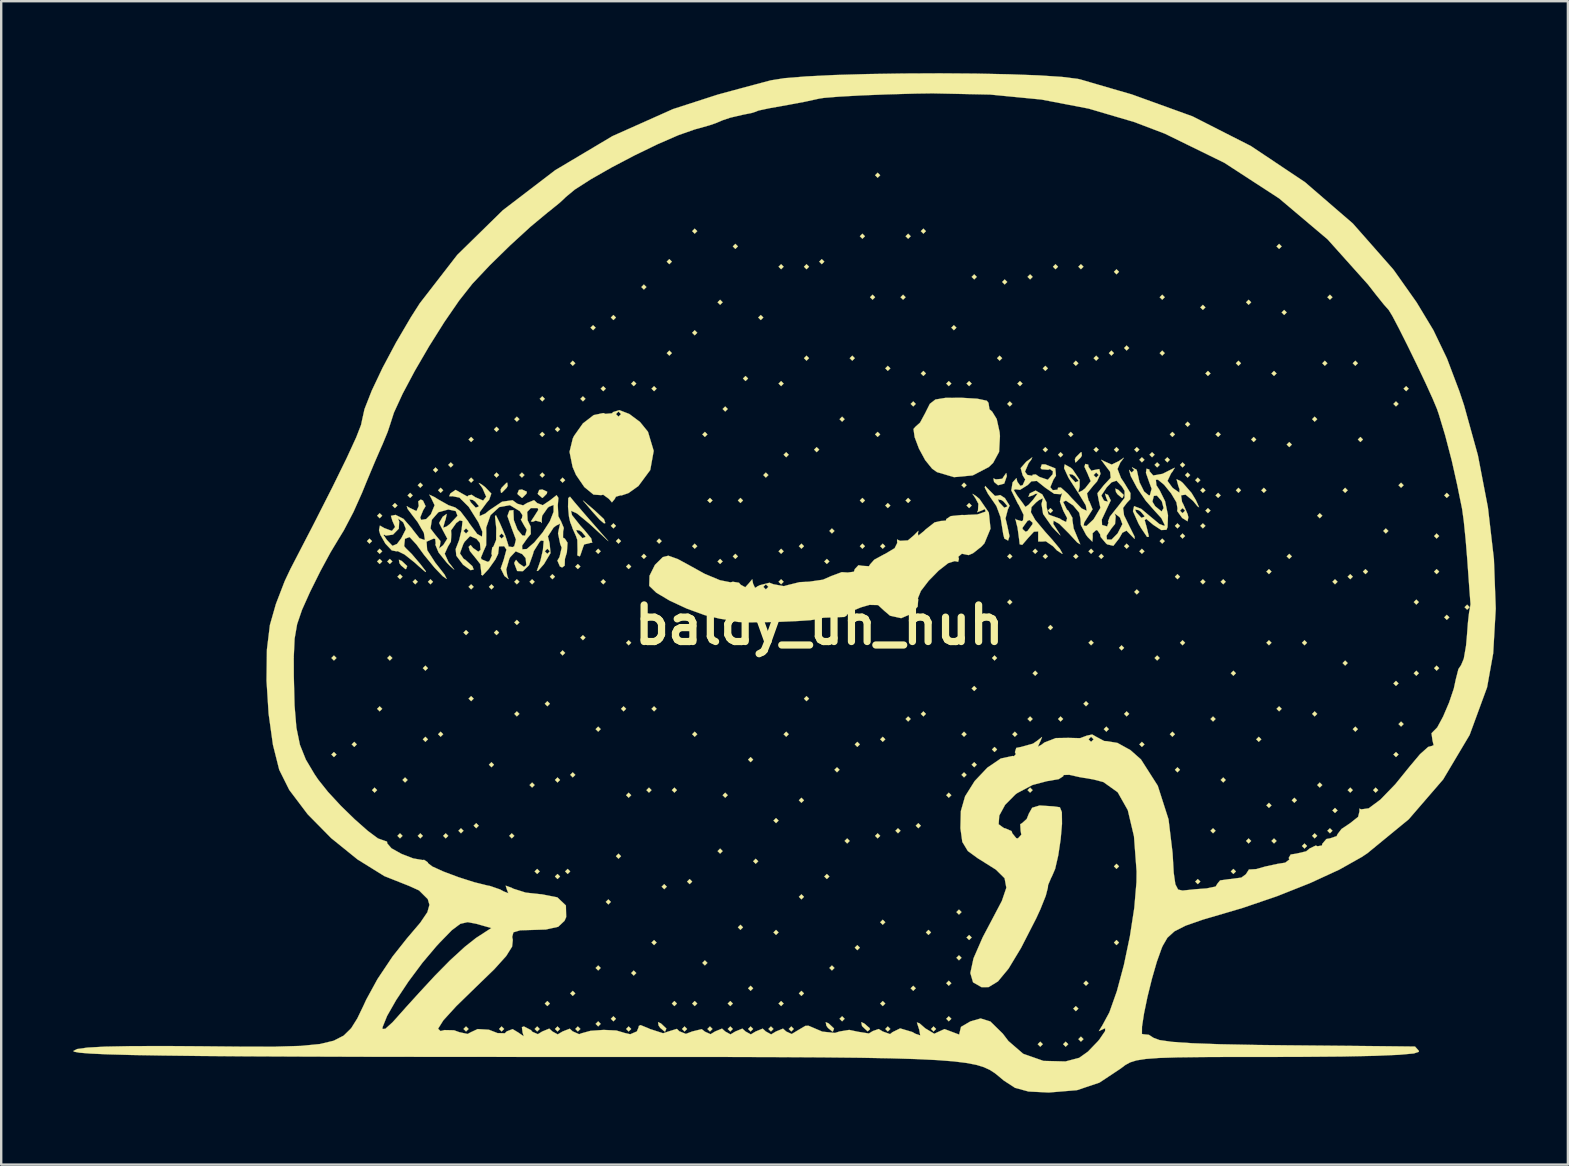
<source format=kicad_pcb>
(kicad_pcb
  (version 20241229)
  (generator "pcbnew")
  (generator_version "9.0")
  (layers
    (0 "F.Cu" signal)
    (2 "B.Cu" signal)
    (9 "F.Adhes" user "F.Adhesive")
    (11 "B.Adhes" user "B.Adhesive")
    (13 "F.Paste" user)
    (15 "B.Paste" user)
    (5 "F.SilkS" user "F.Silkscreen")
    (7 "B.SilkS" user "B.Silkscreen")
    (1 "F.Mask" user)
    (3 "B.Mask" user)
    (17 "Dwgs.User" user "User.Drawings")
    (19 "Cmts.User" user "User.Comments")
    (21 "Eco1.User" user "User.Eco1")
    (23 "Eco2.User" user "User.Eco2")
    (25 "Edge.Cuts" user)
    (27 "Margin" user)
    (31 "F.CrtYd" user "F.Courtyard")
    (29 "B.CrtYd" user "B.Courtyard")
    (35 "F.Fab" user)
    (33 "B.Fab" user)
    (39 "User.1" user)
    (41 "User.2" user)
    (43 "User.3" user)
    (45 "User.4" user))
  (footprint "baldy_uh_huh"
    (layer "F.Cu")
    (at 31.073 22.982)
    (property "Reference" "baldy_uh_huh" (at 0 0 0) (layer "F.SilkS") (effects (font (size 1.524 1.524) (thickness 0.3))))
    (attr through_hole)
    (fp_poly (pts (xy -20.108 1.376) (xy -20.214 1.482) (xy -20.32 1.376) (xy -20.214 1.27) (xy -20.108 1.376)) (stroke (width 0.01) (type solid)) (fill yes) (layer "F.SilkS"))
    (fp_poly (pts (xy -20.108 5.397) (xy -20.214 5.503) (xy -20.32 5.397) (xy -20.214 5.292) (xy -20.108 5.397)) (stroke (width 0.01) (type solid)) (fill yes) (layer "F.SilkS"))
    (fp_poly (pts (xy -19.262 4.974) (xy -19.367 5.08) (xy -19.473 4.974) (xy -19.367 4.868) (xy -19.262 4.974)) (stroke (width 0.01) (type solid)) (fill yes) (layer "F.SilkS"))
    (fp_poly (pts (xy -18.627 -3.493) (xy -18.733 -3.387) (xy -18.838 -3.493) (xy -18.733 -3.598) (xy -18.627 -3.493)) (stroke (width 0.01) (type solid)) (fill yes) (layer "F.SilkS"))
    (fp_poly (pts (xy -18.415 6.879) (xy -18.521 6.985) (xy -18.627 6.879) (xy -18.521 6.773) (xy -18.415 6.879)) (stroke (width 0.01) (type solid)) (fill yes) (layer "F.SilkS"))
    (fp_poly (pts (xy -18.203 -4.551) (xy -18.309 -4.445) (xy -18.415 -4.551) (xy -18.309 -4.657) (xy -18.203 -4.551)) (stroke (width 0.01) (type solid)) (fill yes) (layer "F.SilkS"))
    (fp_poly (pts (xy -18.203 -3.069) (xy -18.309 -2.963) (xy -18.415 -3.069) (xy -18.309 -3.175) (xy -18.203 -3.069)) (stroke (width 0.01) (type solid)) (fill yes) (layer "F.SilkS"))
    (fp_poly (pts (xy -18.203 -2.646) (xy -18.309 -2.54) (xy -18.415 -2.646) (xy -18.309 -2.752) (xy -18.203 -2.646)) (stroke (width 0.01) (type solid)) (fill yes) (layer "F.SilkS"))
    (fp_poly (pts (xy -18.203 3.493) (xy -18.309 3.598) (xy -18.415 3.493) (xy -18.309 3.387) (xy -18.203 3.493)) (stroke (width 0.01) (type solid)) (fill yes) (layer "F.SilkS"))
    (fp_poly (pts (xy -17.78 -2.646) (xy -17.886 -2.54) (xy -17.992 -2.646) (xy -17.886 -2.752) (xy -17.78 -2.646)) (stroke (width 0.01) (type solid)) (fill yes) (layer "F.SilkS"))
    (fp_poly (pts (xy -17.78 1.376) (xy -17.886 1.482) (xy -17.992 1.376) (xy -17.886 1.27) (xy -17.78 1.376)) (stroke (width 0.01) (type solid)) (fill yes) (layer "F.SilkS"))
    (fp_poly (pts (xy -17.568 -4.974) (xy -17.674 -4.868) (xy -17.78 -4.974) (xy -17.674 -5.08) (xy -17.568 -4.974)) (stroke (width 0.01) (type solid)) (fill yes) (layer "F.SilkS"))
    (fp_poly (pts (xy -17.357 -2.011) (xy -17.462 -1.905) (xy -17.568 -2.011) (xy -17.462 -2.117) (xy -17.357 -2.011)) (stroke (width 0.01) (type solid)) (fill yes) (layer "F.SilkS"))
    (fp_poly (pts (xy -17.357 8.784) (xy -17.462 8.89) (xy -17.568 8.784) (xy -17.462 8.678) (xy -17.357 8.784)) (stroke (width 0.01) (type solid)) (fill yes) (layer "F.SilkS"))
    (fp_poly (pts (xy -17.145 6.456) (xy -17.251 6.562) (xy -17.357 6.456) (xy -17.251 6.35) (xy -17.145 6.456)) (stroke (width 0.01) (type solid)) (fill yes) (layer "F.SilkS"))
    (fp_poly (pts (xy -16.933 -5.397) (xy -17.039 -5.292) (xy -17.145 -5.397) (xy -17.039 -5.503) (xy -16.933 -5.397)) (stroke (width 0.01) (type solid)) (fill yes) (layer "F.SilkS"))
    (fp_poly (pts (xy -16.722 -1.799) (xy -16.828 -1.693) (xy -16.933 -1.799) (xy -16.828 -1.905) (xy -16.722 -1.799)) (stroke (width 0.01) (type solid)) (fill yes) (layer "F.SilkS"))
    (fp_poly (pts (xy -16.51 -5.821) (xy -16.616 -5.715) (xy -16.722 -5.821) (xy -16.616 -5.927) (xy -16.51 -5.821)) (stroke (width 0.01) (type solid)) (fill yes) (layer "F.SilkS"))
    (fp_poly (pts (xy -16.51 8.784) (xy -16.616 8.89) (xy -16.722 8.784) (xy -16.616 8.678) (xy -16.51 8.784)) (stroke (width 0.01) (type solid)) (fill yes) (layer "F.SilkS"))
    (fp_poly (pts (xy -16.298 1.799) (xy -16.404 1.905) (xy -16.51 1.799) (xy -16.404 1.693) (xy -16.298 1.799)) (stroke (width 0.01) (type solid)) (fill yes) (layer "F.SilkS"))
    (fp_poly (pts (xy -16.298 4.763) (xy -16.404 4.868) (xy -16.51 4.763) (xy -16.404 4.657) (xy -16.298 4.763)) (stroke (width 0.01) (type solid)) (fill yes) (layer "F.SilkS"))
    (fp_poly (pts (xy -16.087 -1.799) (xy -16.192 -1.693) (xy -16.298 -1.799) (xy -16.192 -1.905) (xy -16.087 -1.799)) (stroke (width 0.01) (type solid)) (fill yes) (layer "F.SilkS"))
    (fp_poly (pts (xy -15.875 -6.456) (xy -15.981 -6.35) (xy -16.087 -6.456) (xy -15.981 -6.562) (xy -15.875 -6.456)) (stroke (width 0.01) (type solid)) (fill yes) (layer "F.SilkS"))
    (fp_poly (pts (xy -15.663 -5.609) (xy -15.769 -5.503) (xy -15.875 -5.609) (xy -15.769 -5.715) (xy -15.663 -5.609)) (stroke (width 0.01) (type solid)) (fill yes) (layer "F.SilkS"))
    (fp_poly (pts (xy -15.663 4.551) (xy -15.769 4.657) (xy -15.875 4.551) (xy -15.769 4.445) (xy -15.663 4.551)) (stroke (width 0.01) (type solid)) (fill yes) (layer "F.SilkS"))
    (fp_poly (pts (xy -15.452 8.784) (xy -15.557 8.89) (xy -15.663 8.784) (xy -15.557 8.678) (xy -15.452 8.784)) (stroke (width 0.01) (type solid)) (fill yes) (layer "F.SilkS"))
    (fp_poly (pts (xy -15.24 -6.668) (xy -15.346 -6.562) (xy -15.452 -6.668) (xy -15.346 -6.773) (xy -15.24 -6.668)) (stroke (width 0.01) (type solid)) (fill yes) (layer "F.SilkS"))
    (fp_poly (pts (xy -14.817 8.572) (xy -14.922 8.678) (xy -15.028 8.572) (xy -14.922 8.467) (xy -14.817 8.572)) (stroke (width 0.01) (type solid)) (fill yes) (layer "F.SilkS"))
    (fp_poly (pts (xy -14.605 0.318) (xy -14.711 0.423) (xy -14.817 0.318) (xy -14.711 0.212) (xy -14.605 0.318)) (stroke (width 0.01) (type solid)) (fill yes) (layer "F.SilkS"))
    (fp_poly (pts (xy -14.605 16.828) (xy -14.711 16.933) (xy -14.817 16.828) (xy -14.711 16.722) (xy -14.605 16.828)) (stroke (width 0.01) (type solid)) (fill yes) (layer "F.SilkS"))
    (fp_poly (pts (xy -14.393 -7.726) (xy -14.499 -7.62) (xy -14.605 -7.726) (xy -14.499 -7.832) (xy -14.393 -7.726)) (stroke (width 0.01) (type solid)) (fill yes) (layer "F.SilkS"))
    (fp_poly (pts (xy -14.393 -6.032) (xy -14.499 -5.927) (xy -14.605 -6.032) (xy -14.499 -6.138) (xy -14.393 -6.032)) (stroke (width 0.01) (type solid)) (fill yes) (layer "F.SilkS"))
    (fp_poly (pts (xy -14.393 -1.587) (xy -14.499 -1.482) (xy -14.605 -1.587) (xy -14.499 -1.693) (xy -14.393 -1.587)) (stroke (width 0.01) (type solid)) (fill yes) (layer "F.SilkS"))
    (fp_poly (pts (xy -14.393 3.069) (xy -14.499 3.175) (xy -14.605 3.069) (xy -14.499 2.963) (xy -14.393 3.069)) (stroke (width 0.01) (type solid)) (fill yes) (layer "F.SilkS"))
    (fp_poly (pts (xy -14.182 8.361) (xy -14.287 8.467) (xy -14.393 8.361) (xy -14.287 8.255) (xy -14.182 8.361)) (stroke (width 0.01) (type solid)) (fill yes) (layer "F.SilkS"))
    (fp_poly (pts (xy -13.547 -1.587) (xy -13.652 -1.482) (xy -13.758 -1.587) (xy -13.652 -1.693) (xy -13.547 -1.587)) (stroke (width 0.01) (type solid)) (fill yes) (layer "F.SilkS"))
    (fp_poly (pts (xy -13.547 5.821) (xy -13.652 5.927) (xy -13.758 5.821) (xy -13.652 5.715) (xy -13.547 5.821)) (stroke (width 0.01) (type solid)) (fill yes) (layer "F.SilkS"))
    (fp_poly (pts (xy -13.335 -8.149) (xy -13.441 -8.043) (xy -13.547 -8.149) (xy -13.441 -8.255) (xy -13.335 -8.149)) (stroke (width 0.01) (type solid)) (fill yes) (layer "F.SilkS"))
    (fp_poly (pts (xy -13.335 -6.244) (xy -13.441 -6.138) (xy -13.547 -6.244) (xy -13.441 -6.35) (xy -13.335 -6.244)) (stroke (width 0.01) (type solid)) (fill yes) (layer "F.SilkS"))
    (fp_poly (pts (xy -13.335 0.318) (xy -13.441 0.423) (xy -13.547 0.318) (xy -13.441 0.212) (xy -13.335 0.318)) (stroke (width 0.01) (type solid)) (fill yes) (layer "F.SilkS"))
    (fp_poly (pts (xy -13.123 16.828) (xy -13.229 16.933) (xy -13.335 16.828) (xy -13.229 16.722) (xy -13.123 16.828)) (stroke (width 0.01) (type solid)) (fill yes) (layer "F.SilkS"))
    (fp_poly (pts (xy -12.7 8.784) (xy -12.806 8.89) (xy -12.912 8.784) (xy -12.806 8.678) (xy -12.7 8.784)) (stroke (width 0.01) (type solid)) (fill yes) (layer "F.SilkS"))
    (fp_poly (pts (xy -12.488 -8.572) (xy -12.594 -8.467) (xy -12.7 -8.572) (xy -12.594 -8.678) (xy -12.488 -8.572)) (stroke (width 0.01) (type solid)) (fill yes) (layer "F.SilkS"))
    (fp_poly (pts (xy -12.488 -1.799) (xy -12.594 -1.693) (xy -12.7 -1.799) (xy -12.594 -1.905) (xy -12.488 -1.799)) (stroke (width 0.01) (type solid)) (fill yes) (layer "F.SilkS"))
    (fp_poly (pts (xy -12.488 -0.106) (xy -12.594 0) (xy -12.7 -0.106) (xy -12.594 -0.212) (xy -12.488 -0.106)) (stroke (width 0.01) (type solid)) (fill yes) (layer "F.SilkS"))
    (fp_poly (pts (xy -12.488 3.704) (xy -12.594 3.81) (xy -12.7 3.704) (xy -12.594 3.598) (xy -12.488 3.704)) (stroke (width 0.01) (type solid)) (fill yes) (layer "F.SilkS"))
    (fp_poly (pts (xy -12.277 -6.244) (xy -12.383 -6.138) (xy -12.488 -6.244) (xy -12.383 -6.35) (xy -12.277 -6.244)) (stroke (width 0.01) (type solid)) (fill yes) (layer "F.SilkS"))
    (fp_poly (pts (xy -11.853 -1.799) (xy -11.959 -1.693) (xy -12.065 -1.799) (xy -11.959 -1.905) (xy -11.853 -1.799)) (stroke (width 0.01) (type solid)) (fill yes) (layer "F.SilkS"))
    (fp_poly (pts (xy -11.853 6.668) (xy -11.959 6.773) (xy -12.065 6.668) (xy -11.959 6.562) (xy -11.853 6.668)) (stroke (width 0.01) (type solid)) (fill yes) (layer "F.SilkS"))
    (fp_poly (pts (xy -11.642 10.266) (xy -11.748 10.372) (xy -11.853 10.266) (xy -11.748 10.16) (xy -11.642 10.266)) (stroke (width 0.01) (type solid)) (fill yes) (layer "F.SilkS"))
    (fp_poly (pts (xy -11.642 16.828) (xy -11.748 16.933) (xy -11.853 16.828) (xy -11.748 16.722) (xy -11.642 16.828)) (stroke (width 0.01) (type solid)) (fill yes) (layer "F.SilkS"))
    (fp_poly (pts (xy -11.43 -9.419) (xy -11.536 -9.313) (xy -11.642 -9.419) (xy -11.536 -9.525) (xy -11.43 -9.419)) (stroke (width 0.01) (type solid)) (fill yes) (layer "F.SilkS"))
    (fp_poly (pts (xy -11.43 -7.938) (xy -11.536 -7.832) (xy -11.642 -7.938) (xy -11.536 -8.043) (xy -11.43 -7.938)) (stroke (width 0.01) (type solid)) (fill yes) (layer "F.SilkS"))
    (fp_poly (pts (xy -11.43 -6.244) (xy -11.536 -6.138) (xy -11.642 -6.244) (xy -11.536 -6.35) (xy -11.43 -6.244)) (stroke (width 0.01) (type solid)) (fill yes) (layer "F.SilkS"))
    (fp_poly (pts (xy -11.218 3.281) (xy -11.324 3.387) (xy -11.43 3.281) (xy -11.324 3.175) (xy -11.218 3.281)) (stroke (width 0.01) (type solid)) (fill yes) (layer "F.SilkS"))
    (fp_poly (pts (xy -11.218 15.769) (xy -11.324 15.875) (xy -11.43 15.769) (xy -11.324 15.663) (xy -11.218 15.769)) (stroke (width 0.01) (type solid)) (fill yes) (layer "F.SilkS"))
    (fp_poly (pts (xy -11.007 -2.011) (xy -11.113 -1.905) (xy -11.218 -2.011) (xy -11.113 -2.117) (xy -11.007 -2.011)) (stroke (width 0.01) (type solid)) (fill yes) (layer "F.SilkS"))
    (fp_poly (pts (xy -10.795 -8.149) (xy -10.901 -8.043) (xy -11.007 -8.149) (xy -10.901 -8.255) (xy -10.795 -8.149)) (stroke (width 0.01) (type solid)) (fill yes) (layer "F.SilkS"))
    (fp_poly (pts (xy -10.795 6.456) (xy -10.901 6.562) (xy -11.007 6.456) (xy -10.901 6.35) (xy -10.795 6.456)) (stroke (width 0.01) (type solid)) (fill yes) (layer "F.SilkS"))
    (fp_poly (pts (xy -10.795 10.477) (xy -10.901 10.583) (xy -11.007 10.477) (xy -10.901 10.372) (xy -10.795 10.477)) (stroke (width 0.01) (type solid)) (fill yes) (layer "F.SilkS"))
    (fp_poly (pts (xy -10.795 16.828) (xy -10.901 16.933) (xy -11.007 16.828) (xy -10.901 16.722) (xy -10.795 16.828)) (stroke (width 0.01) (type solid)) (fill yes) (layer "F.SilkS"))
    (fp_poly (pts (xy -10.583 -6.032) (xy -10.689 -5.927) (xy -10.795 -6.032) (xy -10.689 -6.138) (xy -10.583 -6.032)) (stroke (width 0.01) (type solid)) (fill yes) (layer "F.SilkS"))
    (fp_poly (pts (xy -10.583 1.164) (xy -10.689 1.27) (xy -10.795 1.164) (xy -10.689 1.058) (xy -10.583 1.164)) (stroke (width 0.01) (type solid)) (fill yes) (layer "F.SilkS"))
    (fp_poly (pts (xy -10.372 10.266) (xy -10.477 10.372) (xy -10.583 10.266) (xy -10.477 10.16) (xy -10.372 10.266)) (stroke (width 0.01) (type solid)) (fill yes) (layer "F.SilkS"))
    (fp_poly (pts (xy -10.16 -10.901) (xy -10.266 -10.795) (xy -10.372 -10.901) (xy -10.266 -11.007) (xy -10.16 -10.901)) (stroke (width 0.01) (type solid)) (fill yes) (layer "F.SilkS"))
    (fp_poly (pts (xy -10.16 6.244) (xy -10.266 6.35) (xy -10.372 6.244) (xy -10.266 6.138) (xy -10.16 6.244)) (stroke (width 0.01) (type solid)) (fill yes) (layer "F.SilkS"))
    (fp_poly (pts (xy -10.16 15.346) (xy -10.266 15.452) (xy -10.372 15.346) (xy -10.266 15.24) (xy -10.16 15.346)) (stroke (width 0.01) (type solid)) (fill yes) (layer "F.SilkS"))
    (fp_poly (pts (xy -9.948 -2.434) (xy -10.054 -2.328) (xy -10.16 -2.434) (xy -10.054 -2.54) (xy -9.948 -2.434)) (stroke (width 0.01) (type solid)) (fill yes) (layer "F.SilkS"))
    (fp_poly (pts (xy -9.948 16.828) (xy -10.054 16.933) (xy -10.16 16.828) (xy -10.054 16.722) (xy -9.948 16.828)) (stroke (width 0.01) (type solid)) (fill yes) (layer "F.SilkS"))
    (fp_poly (pts (xy -9.737 -9.419) (xy -9.842 -9.313) (xy -9.948 -9.419) (xy -9.842 -9.525) (xy -9.737 -9.419)) (stroke (width 0.01) (type solid)) (fill yes) (layer "F.SilkS"))
    (fp_poly (pts (xy -9.737 0.529) (xy -9.842 0.635) (xy -9.948 0.529) (xy -9.842 0.423) (xy -9.737 0.529)) (stroke (width 0.01) (type solid)) (fill yes) (layer "F.SilkS"))
    (fp_poly (pts (xy -9.313 -12.383) (xy -9.419 -12.277) (xy -9.525 -12.383) (xy -9.419 -12.488) (xy -9.313 -12.383)) (stroke (width 0.01) (type solid)) (fill yes) (layer "F.SilkS"))
    (fp_poly (pts (xy -9.102 -3.069) (xy -9.207 -2.963) (xy -9.313 -3.069) (xy -9.207 -3.175) (xy -9.102 -3.069)) (stroke (width 0.01) (type solid)) (fill yes) (layer "F.SilkS"))
    (fp_poly (pts (xy -9.102 4.339) (xy -9.207 4.445) (xy -9.313 4.339) (xy -9.207 4.233) (xy -9.102 4.339)) (stroke (width 0.01) (type solid)) (fill yes) (layer "F.SilkS"))
    (fp_poly (pts (xy -9.102 14.287) (xy -9.207 14.393) (xy -9.313 14.287) (xy -9.207 14.182) (xy -9.102 14.287)) (stroke (width 0.01) (type solid)) (fill yes) (layer "F.SilkS"))
    (fp_poly (pts (xy -9.102 16.616) (xy -9.207 16.722) (xy -9.313 16.616) (xy -9.207 16.51) (xy -9.102 16.616)) (stroke (width 0.01) (type solid)) (fill yes) (layer "F.SilkS"))
    (fp_poly (pts (xy -8.89 -9.842) (xy -8.996 -9.737) (xy -9.102 -9.842) (xy -8.996 -9.948) (xy -8.89 -9.842)) (stroke (width 0.01) (type solid)) (fill yes) (layer "F.SilkS"))
    (fp_poly (pts (xy -8.89 -1.799) (xy -8.996 -1.693) (xy -9.102 -1.799) (xy -8.996 -1.905) (xy -8.89 -1.799)) (stroke (width 0.01) (type solid)) (fill yes) (layer "F.SilkS"))
    (fp_poly (pts (xy -8.678 11.536) (xy -8.784 11.642) (xy -8.89 11.536) (xy -8.784 11.43) (xy -8.678 11.536)) (stroke (width 0.01) (type solid)) (fill yes) (layer "F.SilkS"))
    (fp_poly (pts (xy -8.467 -12.806) (xy -8.572 -12.7) (xy -8.678 -12.806) (xy -8.572 -12.912) (xy -8.467 -12.806)) (stroke (width 0.01) (type solid)) (fill yes) (layer "F.SilkS"))
    (fp_poly (pts (xy -8.467 -4.128) (xy -8.572 -4.022) (xy -8.678 -4.128) (xy -8.572 -4.233) (xy -8.467 -4.128)) (stroke (width 0.01) (type solid)) (fill yes) (layer "F.SilkS"))
    (fp_poly (pts (xy -8.467 16.404) (xy -8.572 16.51) (xy -8.678 16.404) (xy -8.572 16.298) (xy -8.467 16.404)) (stroke (width 0.01) (type solid)) (fill yes) (layer "F.SilkS"))
    (fp_poly (pts (xy -8.255 -3.493) (xy -8.361 -3.387) (xy -8.467 -3.493) (xy -8.361 -3.598) (xy -8.255 -3.493)) (stroke (width 0.01) (type solid)) (fill yes) (layer "F.SilkS"))
    (fp_poly (pts (xy -8.255 9.631) (xy -8.361 9.737) (xy -8.467 9.631) (xy -8.361 9.525) (xy -8.255 9.631)) (stroke (width 0.01) (type solid)) (fill yes) (layer "F.SilkS"))
    (fp_poly (pts (xy -8.043 3.493) (xy -8.149 3.598) (xy -8.255 3.493) (xy -8.149 3.387) (xy -8.043 3.493)) (stroke (width 0.01) (type solid)) (fill yes) (layer "F.SilkS"))
    (fp_poly (pts (xy -7.832 -2.434) (xy -7.938 -2.328) (xy -8.043 -2.434) (xy -7.938 -2.54) (xy -7.832 -2.434)) (stroke (width 0.01) (type solid)) (fill yes) (layer "F.SilkS"))
    (fp_poly (pts (xy -7.832 0.741) (xy -7.938 0.847) (xy -8.043 0.741) (xy -7.938 0.635) (xy -7.832 0.741)) (stroke (width 0.01) (type solid)) (fill yes) (layer "F.SilkS"))
    (fp_poly (pts (xy -7.832 7.091) (xy -7.938 7.197) (xy -8.043 7.091) (xy -7.938 6.985) (xy -7.832 7.091)) (stroke (width 0.01) (type solid)) (fill yes) (layer "F.SilkS"))
    (fp_poly (pts (xy -7.832 16.828) (xy -7.938 16.933) (xy -8.043 16.828) (xy -7.938 16.722) (xy -7.832 16.828)) (stroke (width 0.01) (type solid)) (fill yes) (layer "F.SilkS"))
    (fp_poly (pts (xy -7.62 -10.054) (xy -7.726 -9.948) (xy -7.832 -10.054) (xy -7.726 -10.16) (xy -7.62 -10.054)) (stroke (width 0.01) (type solid)) (fill yes) (layer "F.SilkS"))
    (fp_poly (pts (xy -7.62 14.499) (xy -7.726 14.605) (xy -7.832 14.499) (xy -7.726 14.393) (xy -7.62 14.499)) (stroke (width 0.01) (type solid)) (fill yes) (layer "F.SilkS"))
    (fp_poly (pts (xy -7.197 -14.076) (xy -7.303 -13.97) (xy -7.408 -14.076) (xy -7.303 -14.182) (xy -7.197 -14.076)) (stroke (width 0.01) (type solid)) (fill yes) (layer "F.SilkS"))
    (fp_poly (pts (xy -7.197 -2.857) (xy -7.303 -2.752) (xy -7.408 -2.857) (xy -7.303 -2.963) (xy -7.197 -2.857)) (stroke (width 0.01) (type solid)) (fill yes) (layer "F.SilkS"))
    (fp_poly (pts (xy -6.985 6.879) (xy -7.091 6.985) (xy -7.197 6.879) (xy -7.091 6.773) (xy -6.985 6.879)) (stroke (width 0.01) (type solid)) (fill yes) (layer "F.SilkS"))
    (fp_poly (pts (xy -6.773 -9.842) (xy -6.879 -9.737) (xy -6.985 -9.842) (xy -6.879 -9.948) (xy -6.773 -9.842)) (stroke (width 0.01) (type solid)) (fill yes) (layer "F.SilkS"))
    (fp_poly (pts (xy -6.773 3.493) (xy -6.879 3.598) (xy -6.985 3.493) (xy -6.879 3.387) (xy -6.773 3.493)) (stroke (width 0.01) (type solid)) (fill yes) (layer "F.SilkS"))
    (fp_poly (pts (xy -6.773 13.229) (xy -6.879 13.335) (xy -6.985 13.229) (xy -6.879 13.123) (xy -6.773 13.229)) (stroke (width 0.01) (type solid)) (fill yes) (layer "F.SilkS"))
    (fp_poly (pts (xy -6.562 -3.493) (xy -6.668 -3.387) (xy -6.773 -3.493) (xy -6.668 -3.598) (xy -6.562 -3.493)) (stroke (width 0.01) (type solid)) (fill yes) (layer "F.SilkS"))
    (fp_poly (pts (xy -6.35 10.901) (xy -6.456 11.007) (xy -6.562 10.901) (xy -6.456 10.795) (xy -6.35 10.901)) (stroke (width 0.01) (type solid)) (fill yes) (layer "F.SilkS"))
    (fp_poly (pts (xy -6.138 -15.134) (xy -6.244 -15.028) (xy -6.35 -15.134) (xy -6.244 -15.24) (xy -6.138 -15.134)) (stroke (width 0.01) (type solid)) (fill yes) (layer "F.SilkS"))
    (fp_poly (pts (xy -6.138 -11.324) (xy -6.244 -11.218) (xy -6.35 -11.324) (xy -6.244 -11.43) (xy -6.138 -11.324)) (stroke (width 0.01) (type solid)) (fill yes) (layer "F.SilkS"))
    (fp_poly (pts (xy -5.927 6.879) (xy -6.032 6.985) (xy -6.138 6.879) (xy -6.032 6.773) (xy -5.927 6.879)) (stroke (width 0.01) (type solid)) (fill yes) (layer "F.SilkS"))
    (fp_poly (pts (xy -5.927 15.769) (xy -6.032 15.875) (xy -6.138 15.769) (xy -6.032 15.663) (xy -5.927 15.769)) (stroke (width 0.01) (type solid)) (fill yes) (layer "F.SilkS"))
    (fp_poly (pts (xy -5.503 16.828) (xy -5.609 16.933) (xy -5.715 16.828) (xy -5.609 16.722) (xy -5.503 16.828)) (stroke (width 0.01) (type solid)) (fill yes) (layer "F.SilkS"))
    (fp_poly (pts (xy -5.292 10.689) (xy -5.397 10.795) (xy -5.503 10.689) (xy -5.397 10.583) (xy -5.292 10.689)) (stroke (width 0.01) (type solid)) (fill yes) (layer "F.SilkS"))
    (fp_poly (pts (xy -5.08 -16.404) (xy -5.186 -16.298) (xy -5.292 -16.404) (xy -5.186 -16.51) (xy -5.08 -16.404)) (stroke (width 0.01) (type solid)) (fill yes) (layer "F.SilkS"))
    (fp_poly (pts (xy -5.08 -12.171) (xy -5.186 -12.065) (xy -5.292 -12.171) (xy -5.186 -12.277) (xy -5.08 -12.171)) (stroke (width 0.01) (type solid)) (fill yes) (layer "F.SilkS"))
    (fp_poly (pts (xy -5.08 -3.281) (xy -5.186 -3.175) (xy -5.292 -3.281) (xy -5.186 -3.387) (xy -5.08 -3.281)) (stroke (width 0.01) (type solid)) (fill yes) (layer "F.SilkS"))
    (fp_poly (pts (xy -5.08 4.551) (xy -5.186 4.657) (xy -5.292 4.551) (xy -5.186 4.445) (xy -5.08 4.551)) (stroke (width 0.01) (type solid)) (fill yes) (layer "F.SilkS"))
    (fp_poly (pts (xy -5.08 15.769) (xy -5.186 15.875) (xy -5.292 15.769) (xy -5.186 15.663) (xy -5.08 15.769)) (stroke (width 0.01) (type solid)) (fill yes) (layer "F.SilkS"))
    (fp_poly (pts (xy -4.657 -7.938) (xy -4.763 -7.832) (xy -4.868 -7.938) (xy -4.763 -8.043) (xy -4.657 -7.938)) (stroke (width 0.01) (type solid)) (fill yes) (layer "F.SilkS"))
    (fp_poly (pts (xy -4.657 14.076) (xy -4.763 14.182) (xy -4.868 14.076) (xy -4.763 13.97) (xy -4.657 14.076)) (stroke (width 0.01) (type solid)) (fill yes) (layer "F.SilkS"))
    (fp_poly (pts (xy -4.445 -5.186) (xy -4.551 -5.08) (xy -4.657 -5.186) (xy -4.551 -5.292) (xy -4.445 -5.186)) (stroke (width 0.01) (type solid)) (fill yes) (layer "F.SilkS"))
    (fp_poly (pts (xy -4.445 16.828) (xy -4.551 16.933) (xy -4.657 16.828) (xy -4.551 16.722) (xy -4.445 16.828)) (stroke (width 0.01) (type solid)) (fill yes) (layer "F.SilkS"))
    (fp_poly (pts (xy -4.022 -13.441) (xy -4.128 -13.335) (xy -4.233 -13.441) (xy -4.128 -13.547) (xy -4.022 -13.441)) (stroke (width 0.01) (type solid)) (fill yes) (layer "F.SilkS"))
    (fp_poly (pts (xy -4.022 -2.646) (xy -4.128 -2.54) (xy -4.233 -2.646) (xy -4.128 -2.752) (xy -4.022 -2.646)) (stroke (width 0.01) (type solid)) (fill yes) (layer "F.SilkS"))
    (fp_poly (pts (xy -4.022 9.419) (xy -4.128 9.525) (xy -4.233 9.419) (xy -4.128 9.313) (xy -4.022 9.419)) (stroke (width 0.01) (type solid)) (fill yes) (layer "F.SilkS"))
    (fp_poly (pts (xy -3.81 -8.996) (xy -3.916 -8.89) (xy -4.022 -8.996) (xy -3.916 -9.102) (xy -3.81 -8.996)) (stroke (width 0.01) (type solid)) (fill yes) (layer "F.SilkS"))
    (fp_poly (pts (xy -3.81 7.091) (xy -3.916 7.197) (xy -4.022 7.091) (xy -3.916 6.985) (xy -3.81 7.091)) (stroke (width 0.01) (type solid)) (fill yes) (layer "F.SilkS"))
    (fp_poly (pts (xy -3.598 15.769) (xy -3.704 15.875) (xy -3.81 15.769) (xy -3.704 15.663) (xy -3.598 15.769)) (stroke (width 0.01) (type solid)) (fill yes) (layer "F.SilkS"))
    (fp_poly (pts (xy -3.598 16.828) (xy -3.704 16.933) (xy -3.81 16.828) (xy -3.704 16.722) (xy -3.598 16.828)) (stroke (width 0.01) (type solid)) (fill yes) (layer "F.SilkS"))
    (fp_poly (pts (xy -3.387 -15.769) (xy -3.493 -15.663) (xy -3.598 -15.769) (xy -3.493 -15.875) (xy -3.387 -15.769)) (stroke (width 0.01) (type solid)) (fill yes) (layer "F.SilkS"))
    (fp_poly (pts (xy -3.387 -2.857) (xy -3.493 -2.752) (xy -3.598 -2.857) (xy -3.493 -2.963) (xy -3.387 -2.857)) (stroke (width 0.01) (type solid)) (fill yes) (layer "F.SilkS"))
    (fp_poly (pts (xy -3.175 -5.186) (xy -3.281 -5.08) (xy -3.387 -5.186) (xy -3.281 -5.292) (xy -3.175 -5.186)) (stroke (width 0.01) (type solid)) (fill yes) (layer "F.SilkS"))
    (fp_poly (pts (xy -3.175 12.594) (xy -3.281 12.7) (xy -3.387 12.594) (xy -3.281 12.488) (xy -3.175 12.594)) (stroke (width 0.01) (type solid)) (fill yes) (layer "F.SilkS"))
    (fp_poly (pts (xy -2.963 -10.266) (xy -3.069 -10.16) (xy -3.175 -10.266) (xy -3.069 -10.372) (xy -2.963 -10.266)) (stroke (width 0.01) (type solid)) (fill yes) (layer "F.SilkS"))
    (fp_poly (pts (xy -2.752 5.609) (xy -2.857 5.715) (xy -2.963 5.609) (xy -2.857 5.503) (xy -2.752 5.609)) (stroke (width 0.01) (type solid)) (fill yes) (layer "F.SilkS"))
    (fp_poly (pts (xy -2.752 15.134) (xy -2.857 15.24) (xy -2.963 15.134) (xy -2.857 15.028) (xy -2.752 15.134)) (stroke (width 0.01) (type solid)) (fill yes) (layer "F.SilkS"))
    (fp_poly (pts (xy -2.752 16.828) (xy -2.857 16.933) (xy -2.963 16.828) (xy -2.857 16.722) (xy -2.752 16.828)) (stroke (width 0.01) (type solid)) (fill yes) (layer "F.SilkS"))
    (fp_poly (pts (xy -2.54 9.842) (xy -2.646 9.948) (xy -2.752 9.842) (xy -2.646 9.737) (xy -2.54 9.842)) (stroke (width 0.01) (type solid)) (fill yes) (layer "F.SilkS"))
    (fp_poly (pts (xy -2.328 -12.806) (xy -2.434 -12.7) (xy -2.54 -12.806) (xy -2.434 -12.912) (xy -2.328 -12.806)) (stroke (width 0.01) (type solid)) (fill yes) (layer "F.SilkS"))
    (fp_poly (pts (xy -2.117 -6.244) (xy -2.223 -6.138) (xy -2.328 -6.244) (xy -2.223 -6.35) (xy -2.117 -6.244)) (stroke (width 0.01) (type solid)) (fill yes) (layer "F.SilkS"))
    (fp_poly (pts (xy -1.905 16.828) (xy -2.011 16.933) (xy -2.117 16.828) (xy -2.011 16.722) (xy -1.905 16.828)) (stroke (width 0.01) (type solid)) (fill yes) (layer "F.SilkS"))
    (fp_poly (pts (xy -1.693 8.149) (xy -1.799 8.255) (xy -1.905 8.149) (xy -1.799 8.043) (xy -1.693 8.149)) (stroke (width 0.01) (type solid)) (fill yes) (layer "F.SilkS"))
    (fp_poly (pts (xy -1.693 12.806) (xy -1.799 12.912) (xy -1.905 12.806) (xy -1.799 12.7) (xy -1.693 12.806)) (stroke (width 0.01) (type solid)) (fill yes) (layer "F.SilkS"))
    (fp_poly (pts (xy -1.482 -14.922) (xy -1.587 -14.817) (xy -1.693 -14.922) (xy -1.587 -15.028) (xy -1.482 -14.922)) (stroke (width 0.01) (type solid)) (fill yes) (layer "F.SilkS"))
    (fp_poly (pts (xy -1.482 -10.054) (xy -1.587 -9.948) (xy -1.693 -10.054) (xy -1.587 -10.16) (xy -1.482 -10.054)) (stroke (width 0.01) (type solid)) (fill yes) (layer "F.SilkS"))
    (fp_poly (pts (xy -1.482 -3.069) (xy -1.587 -2.963) (xy -1.693 -3.069) (xy -1.587 -3.175) (xy -1.482 -3.069)) (stroke (width 0.01) (type solid)) (fill yes) (layer "F.SilkS"))
    (fp_poly (pts (xy -1.482 -1.799) (xy -1.587 -1.693) (xy -1.693 -1.799) (xy -1.587 -1.905) (xy -1.482 -1.799)) (stroke (width 0.01) (type solid)) (fill yes) (layer "F.SilkS"))
    (fp_poly (pts (xy -1.482 15.769) (xy -1.587 15.875) (xy -1.693 15.769) (xy -1.587 15.663) (xy -1.482 15.769)) (stroke (width 0.01) (type solid)) (fill yes) (layer "F.SilkS"))
    (fp_poly (pts (xy -1.27 -7.091) (xy -1.376 -6.985) (xy -1.482 -7.091) (xy -1.376 -7.197) (xy -1.27 -7.091)) (stroke (width 0.01) (type solid)) (fill yes) (layer "F.SilkS"))
    (fp_poly (pts (xy -1.27 4.551) (xy -1.376 4.657) (xy -1.482 4.551) (xy -1.376 4.445) (xy -1.27 4.551)) (stroke (width 0.01) (type solid)) (fill yes) (layer "F.SilkS"))
    (fp_poly (pts (xy -1.058 16.828) (xy -1.164 16.933) (xy -1.27 16.828) (xy -1.164 16.722) (xy -1.058 16.828)) (stroke (width 0.01) (type solid)) (fill yes) (layer "F.SilkS"))
    (fp_poly (pts (xy -0.635 -3.281) (xy -0.741 -3.175) (xy -0.847 -3.281) (xy -0.741 -3.387) (xy -0.635 -3.281)) (stroke (width 0.01) (type solid)) (fill yes) (layer "F.SilkS"))
    (fp_poly (pts (xy -0.635 7.303) (xy -0.741 7.408) (xy -0.847 7.303) (xy -0.741 7.197) (xy -0.635 7.303)) (stroke (width 0.01) (type solid)) (fill yes) (layer "F.SilkS"))
    (fp_poly (pts (xy -0.635 11.324) (xy -0.741 11.43) (xy -0.847 11.324) (xy -0.741 11.218) (xy -0.635 11.324)) (stroke (width 0.01) (type solid)) (fill yes) (layer "F.SilkS"))
    (fp_poly (pts (xy -0.635 15.346) (xy -0.741 15.452) (xy -0.847 15.346) (xy -0.741 15.24) (xy -0.635 15.346)) (stroke (width 0.01) (type solid)) (fill yes) (layer "F.SilkS"))
    (fp_poly (pts (xy -0.423 -14.922) (xy -0.529 -14.817) (xy -0.635 -14.922) (xy -0.529 -15.028) (xy -0.423 -14.922)) (stroke (width 0.01) (type solid)) (fill yes) (layer "F.SilkS"))
    (fp_poly (pts (xy -0.423 -11.113) (xy -0.529 -11.007) (xy -0.635 -11.113) (xy -0.529 -11.218) (xy -0.423 -11.113)) (stroke (width 0.01) (type solid)) (fill yes) (layer "F.SilkS"))
    (fp_poly (pts (xy -0.423 3.069) (xy -0.529 3.175) (xy -0.635 3.069) (xy -0.529 2.963) (xy -0.423 3.069)) (stroke (width 0.01) (type solid)) (fill yes) (layer "F.SilkS"))
    (fp_poly (pts (xy 0 -7.303) (xy -0.106 -7.197) (xy -0.212 -7.303) (xy -0.106 -7.408) (xy 0 -7.303)) (stroke (width 0.01) (type solid)) (fill yes) (layer "F.SilkS"))
    (fp_poly (pts (xy 0.212 -15.134) (xy 0.106 -15.028) (xy 0 -15.134) (xy 0.106 -15.24) (xy 0.212 -15.134)) (stroke (width 0.01) (type solid)) (fill yes) (layer "F.SilkS"))
    (fp_poly (pts (xy 0.423 -2.646) (xy 0.318 -2.54) (xy 0.212 -2.646) (xy 0.318 -2.752) (xy 0.423 -2.646)) (stroke (width 0.01) (type solid)) (fill yes) (layer "F.SilkS"))
    (fp_poly (pts (xy 0.423 10.477) (xy 0.318 10.583) (xy 0.212 10.477) (xy 0.318 10.372) (xy 0.423 10.477)) (stroke (width 0.01) (type solid)) (fill yes) (layer "F.SilkS"))
    (fp_poly (pts (xy 0.635 -3.916) (xy 0.529 -3.81) (xy 0.423 -3.916) (xy 0.529 -4.022) (xy 0.635 -3.916)) (stroke (width 0.01) (type solid)) (fill yes) (layer "F.SilkS"))
    (fp_poly (pts (xy 0.635 14.287) (xy 0.529 14.393) (xy 0.423 14.287) (xy 0.529 14.182) (xy 0.635 14.287)) (stroke (width 0.01) (type solid)) (fill yes) (layer "F.SilkS"))
    (fp_poly (pts (xy 0.847 6.032) (xy 0.741 6.138) (xy 0.635 6.032) (xy 0.741 5.927) (xy 0.847 6.032)) (stroke (width 0.01) (type solid)) (fill yes) (layer "F.SilkS"))
    (fp_poly (pts (xy 1.058 -8.572) (xy 0.953 -8.467) (xy 0.847 -8.572) (xy 0.953 -8.678) (xy 1.058 -8.572)) (stroke (width 0.01) (type solid)) (fill yes) (layer "F.SilkS"))
    (fp_poly (pts (xy 1.058 16.404) (xy 0.953 16.51) (xy 0.847 16.404) (xy 0.953 16.298) (xy 1.058 16.404)) (stroke (width 0.01) (type solid)) (fill yes) (layer "F.SilkS"))
    (fp_poly (pts (xy 1.27 8.996) (xy 1.164 9.102) (xy 1.058 8.996) (xy 1.164 8.89) (xy 1.27 8.996)) (stroke (width 0.01) (type solid)) (fill yes) (layer "F.SilkS"))
    (fp_poly (pts (xy 1.482 -11.113) (xy 1.376 -11.007) (xy 1.27 -11.113) (xy 1.376 -11.218) (xy 1.482 -11.113)) (stroke (width 0.01) (type solid)) (fill yes) (layer "F.SilkS"))
    (fp_poly (pts (xy 1.693 4.974) (xy 1.587 5.08) (xy 1.482 4.974) (xy 1.587 4.868) (xy 1.693 4.974)) (stroke (width 0.01) (type solid)) (fill yes) (layer "F.SilkS"))
    (fp_poly (pts (xy 1.693 13.441) (xy 1.587 13.547) (xy 1.482 13.441) (xy 1.587 13.335) (xy 1.693 13.441)) (stroke (width 0.01) (type solid)) (fill yes) (layer "F.SilkS"))
    (fp_poly (pts (xy 1.905 -16.192) (xy 1.799 -16.087) (xy 1.693 -16.192) (xy 1.799 -16.298) (xy 1.905 -16.192)) (stroke (width 0.01) (type solid)) (fill yes) (layer "F.SilkS"))
    (fp_poly (pts (xy 1.905 -5.186) (xy 1.799 -5.08) (xy 1.693 -5.186) (xy 1.799 -5.292) (xy 1.905 -5.186)) (stroke (width 0.01) (type solid)) (fill yes) (layer "F.SilkS"))
    (fp_poly (pts (xy 1.905 -3.281) (xy 1.799 -3.175) (xy 1.693 -3.281) (xy 1.799 -3.387) (xy 1.905 -3.281)) (stroke (width 0.01) (type solid)) (fill yes) (layer "F.SilkS"))
    (fp_poly (pts (xy 2.328 -13.652) (xy 2.223 -13.547) (xy 2.117 -13.652) (xy 2.223 -13.758) (xy 2.328 -13.652)) (stroke (width 0.01) (type solid)) (fill yes) (layer "F.SilkS"))
    (fp_poly (pts (xy 2.54 -18.733) (xy 2.434 -18.627) (xy 2.328 -18.733) (xy 2.434 -18.838) (xy 2.54 -18.733)) (stroke (width 0.01) (type solid)) (fill yes) (layer "F.SilkS"))
    (fp_poly (pts (xy 2.54 -7.938) (xy 2.434 -7.832) (xy 2.328 -7.938) (xy 2.434 -8.043) (xy 2.54 -7.938)) (stroke (width 0.01) (type solid)) (fill yes) (layer "F.SilkS"))
    (fp_poly (pts (xy 2.54 8.784) (xy 2.434 8.89) (xy 2.328 8.784) (xy 2.434 8.678) (xy 2.54 8.784)) (stroke (width 0.01) (type solid)) (fill yes) (layer "F.SilkS"))
    (fp_poly (pts (xy 2.752 -3.281) (xy 2.646 -3.175) (xy 2.54 -3.281) (xy 2.646 -3.387) (xy 2.752 -3.281)) (stroke (width 0.01) (type solid)) (fill yes) (layer "F.SilkS"))
    (fp_poly (pts (xy 2.752 4.763) (xy 2.646 4.868) (xy 2.54 4.763) (xy 2.646 4.657) (xy 2.752 4.763)) (stroke (width 0.01) (type solid)) (fill yes) (layer "F.SilkS"))
    (fp_poly (pts (xy 2.752 12.383) (xy 2.646 12.488) (xy 2.54 12.383) (xy 2.646 12.277) (xy 2.752 12.383)) (stroke (width 0.01) (type solid)) (fill yes) (layer "F.SilkS"))
    (fp_poly (pts (xy 2.752 15.769) (xy 2.646 15.875) (xy 2.54 15.769) (xy 2.646 15.663) (xy 2.752 15.769)) (stroke (width 0.01) (type solid)) (fill yes) (layer "F.SilkS"))
    (fp_poly (pts (xy 2.963 -10.689) (xy 2.857 -10.583) (xy 2.752 -10.689) (xy 2.857 -10.795) (xy 2.963 -10.689)) (stroke (width 0.01) (type solid)) (fill yes) (layer "F.SilkS"))
    (fp_poly (pts (xy 2.963 -4.974) (xy 2.857 -4.868) (xy 2.752 -4.974) (xy 2.857 -5.08) (xy 2.963 -4.974)) (stroke (width 0.01) (type solid)) (fill yes) (layer "F.SilkS"))
    (fp_poly (pts (xy 2.963 16.828) (xy 2.857 16.933) (xy 2.752 16.828) (xy 2.857 16.722) (xy 2.963 16.828)) (stroke (width 0.01) (type solid)) (fill yes) (layer "F.SilkS"))
    (fp_poly (pts (xy 3.387 8.572) (xy 3.281 8.678) (xy 3.175 8.572) (xy 3.281 8.467) (xy 3.387 8.572)) (stroke (width 0.01) (type solid)) (fill yes) (layer "F.SilkS"))
    (fp_poly (pts (xy 3.598 -13.652) (xy 3.493 -13.547) (xy 3.387 -13.652) (xy 3.493 -13.758) (xy 3.598 -13.652)) (stroke (width 0.01) (type solid)) (fill yes) (layer "F.SilkS"))
    (fp_poly (pts (xy 3.81 -16.192) (xy 3.704 -16.087) (xy 3.598 -16.192) (xy 3.704 -16.298) (xy 3.81 -16.192)) (stroke (width 0.01) (type solid)) (fill yes) (layer "F.SilkS"))
    (fp_poly (pts (xy 3.81 -5.186) (xy 3.704 -5.08) (xy 3.598 -5.186) (xy 3.704 -5.292) (xy 3.81 -5.186)) (stroke (width 0.01) (type solid)) (fill yes) (layer "F.SilkS"))
    (fp_poly (pts (xy 3.81 3.916) (xy 3.704 4.022) (xy 3.598 3.916) (xy 3.704 3.81) (xy 3.81 3.916)) (stroke (width 0.01) (type solid)) (fill yes) (layer "F.SilkS"))
    (fp_poly (pts (xy 4.022 -9.207) (xy 3.916 -9.102) (xy 3.81 -9.207) (xy 3.916 -9.313) (xy 4.022 -9.207)) (stroke (width 0.01) (type solid)) (fill yes) (layer "F.SilkS"))
    (fp_poly (pts (xy 4.022 15.134) (xy 3.916 15.24) (xy 3.81 15.134) (xy 3.916 15.028) (xy 4.022 15.134)) (stroke (width 0.01) (type solid)) (fill yes) (layer "F.SilkS"))
    (fp_poly (pts (xy 4.233 8.361) (xy 4.128 8.467) (xy 4.022 8.361) (xy 4.128 8.255) (xy 4.233 8.361)) (stroke (width 0.01) (type solid)) (fill yes) (layer "F.SilkS"))
    (fp_poly (pts (xy 4.445 -16.404) (xy 4.339 -16.298) (xy 4.233 -16.404) (xy 4.339 -16.51) (xy 4.445 -16.404)) (stroke (width 0.01) (type solid)) (fill yes) (layer "F.SilkS"))
    (fp_poly (pts (xy 4.445 -10.477) (xy 4.339 -10.372) (xy 4.233 -10.477) (xy 4.339 -10.583) (xy 4.445 -10.477)) (stroke (width 0.01) (type solid)) (fill yes) (layer "F.SilkS"))
    (fp_poly (pts (xy 4.445 3.704) (xy 4.339 3.81) (xy 4.233 3.704) (xy 4.339 3.598) (xy 4.445 3.704)) (stroke (width 0.01) (type solid)) (fill yes) (layer "F.SilkS"))
    (fp_poly (pts (xy 4.657 12.806) (xy 4.551 12.912) (xy 4.445 12.806) (xy 4.551 12.7) (xy 4.657 12.806)) (stroke (width 0.01) (type solid)) (fill yes) (layer "F.SilkS"))
    (fp_poly (pts (xy 4.868 16.828) (xy 4.763 16.933) (xy 4.657 16.828) (xy 4.763 16.722) (xy 4.868 16.828)) (stroke (width 0.01) (type solid)) (fill yes) (layer "F.SilkS"))
    (fp_poly (pts (xy 5.503 -10.054) (xy 5.397 -9.948) (xy 5.292 -10.054) (xy 5.397 -10.16) (xy 5.503 -10.054)) (stroke (width 0.01) (type solid)) (fill yes) (layer "F.SilkS"))
    (fp_poly (pts (xy 5.503 7.091) (xy 5.397 7.197) (xy 5.292 7.091) (xy 5.397 6.985) (xy 5.503 7.091)) (stroke (width 0.01) (type solid)) (fill yes) (layer "F.SilkS"))
    (fp_poly (pts (xy 5.503 14.922) (xy 5.397 15.028) (xy 5.292 14.922) (xy 5.397 14.817) (xy 5.503 14.922)) (stroke (width 0.01) (type solid)) (fill yes) (layer "F.SilkS"))
    (fp_poly (pts (xy 5.503 16.404) (xy 5.397 16.51) (xy 5.292 16.404) (xy 5.397 16.298) (xy 5.503 16.404)) (stroke (width 0.01) (type solid)) (fill yes) (layer "F.SilkS"))
    (fp_poly (pts (xy 5.715 -12.383) (xy 5.609 -12.277) (xy 5.503 -12.383) (xy 5.609 -12.488) (xy 5.715 -12.383)) (stroke (width 0.01) (type solid)) (fill yes) (layer "F.SilkS"))
    (fp_poly (pts (xy 5.927 11.959) (xy 5.821 12.065) (xy 5.715 11.959) (xy 5.821 11.853) (xy 5.927 11.959)) (stroke (width 0.01) (type solid)) (fill yes) (layer "F.SilkS"))
    (fp_poly (pts (xy 5.927 13.864) (xy 5.821 13.97) (xy 5.715 13.864) (xy 5.821 13.758) (xy 5.927 13.864)) (stroke (width 0.01) (type solid)) (fill yes) (layer "F.SilkS"))
    (fp_poly (pts (xy 6.138 -5.821) (xy 6.032 -5.715) (xy 5.927 -5.821) (xy 6.032 -5.927) (xy 6.138 -5.821)) (stroke (width 0.01) (type solid)) (fill yes) (layer "F.SilkS"))
    (fp_poly (pts (xy 6.138 4.551) (xy 6.032 4.657) (xy 5.927 4.551) (xy 6.032 4.445) (xy 6.138 4.551)) (stroke (width 0.01) (type solid)) (fill yes) (layer "F.SilkS"))
    (fp_poly (pts (xy 6.138 6.244) (xy 6.032 6.35) (xy 5.927 6.244) (xy 6.032 6.138) (xy 6.138 6.244)) (stroke (width 0.01) (type solid)) (fill yes) (layer "F.SilkS"))
    (fp_poly (pts (xy 6.35 -10.054) (xy 6.244 -9.948) (xy 6.138 -10.054) (xy 6.244 -10.16) (xy 6.35 -10.054)) (stroke (width 0.01) (type solid)) (fill yes) (layer "F.SilkS"))
    (fp_poly (pts (xy 6.35 -4.974) (xy 6.244 -4.868) (xy 6.138 -4.974) (xy 6.244 -5.08) (xy 6.35 -4.974)) (stroke (width 0.01) (type solid)) (fill yes) (layer "F.SilkS"))
    (fp_poly (pts (xy 6.35 13.018) (xy 6.244 13.123) (xy 6.138 13.018) (xy 6.244 12.912) (xy 6.35 13.018)) (stroke (width 0.01) (type solid)) (fill yes) (layer "F.SilkS"))
    (fp_poly (pts (xy 6.562 -14.499) (xy 6.456 -14.393) (xy 6.35 -14.499) (xy 6.456 -14.605) (xy 6.562 -14.499)) (stroke (width 0.01) (type solid)) (fill yes) (layer "F.SilkS"))
    (fp_poly (pts (xy 6.562 2.646) (xy 6.456 2.752) (xy 6.35 2.646) (xy 6.456 2.54) (xy 6.562 2.646)) (stroke (width 0.01) (type solid)) (fill yes) (layer "F.SilkS"))
    (fp_poly (pts (xy 6.562 5.821) (xy 6.456 5.927) (xy 6.35 5.821) (xy 6.456 5.715) (xy 6.562 5.821)) (stroke (width 0.01) (type solid)) (fill yes) (layer "F.SilkS"))
    (fp_poly (pts (xy 7.408 1.376) (xy 7.303 1.482) (xy 7.197 1.376) (xy 7.303 1.27) (xy 7.408 1.376)) (stroke (width 0.01) (type solid)) (fill yes) (layer "F.SilkS"))
    (fp_poly (pts (xy 7.408 5.186) (xy 7.303 5.292) (xy 7.197 5.186) (xy 7.303 5.08) (xy 7.408 5.186)) (stroke (width 0.01) (type solid)) (fill yes) (layer "F.SilkS"))
    (fp_poly (pts (xy 7.62 -11.113) (xy 7.514 -11.007) (xy 7.408 -11.113) (xy 7.514 -11.218) (xy 7.62 -11.113)) (stroke (width 0.01) (type solid)) (fill yes) (layer "F.SilkS"))
    (fp_poly (pts (xy 7.832 -14.287) (xy 7.726 -14.182) (xy 7.62 -14.287) (xy 7.726 -14.393) (xy 7.832 -14.287)) (stroke (width 0.01) (type solid)) (fill yes) (layer "F.SilkS"))
    (fp_poly (pts (xy 8.043 -9.207) (xy 7.938 -9.102) (xy 7.832 -9.207) (xy 7.938 -9.313) (xy 8.043 -9.207)) (stroke (width 0.01) (type solid)) (fill yes) (layer "F.SilkS"))
    (fp_poly (pts (xy 8.043 -2.857) (xy 7.938 -2.752) (xy 7.832 -2.857) (xy 7.938 -2.963) (xy 8.043 -2.857)) (stroke (width 0.01) (type solid)) (fill yes) (layer "F.SilkS"))
    (fp_poly (pts (xy 8.043 -0.953) (xy 7.938 -0.847) (xy 7.832 -0.953) (xy 7.938 -1.058) (xy 8.043 -0.953)) (stroke (width 0.01) (type solid)) (fill yes) (layer "F.SilkS"))
    (fp_poly (pts (xy 8.255 4.551) (xy 8.149 4.657) (xy 8.043 4.551) (xy 8.149 4.445) (xy 8.255 4.551)) (stroke (width 0.01) (type solid)) (fill yes) (layer "F.SilkS"))
    (fp_poly (pts (xy 8.467 -10.054) (xy 8.361 -9.948) (xy 8.255 -10.054) (xy 8.361 -10.16) (xy 8.467 -10.054)) (stroke (width 0.01) (type solid)) (fill yes) (layer "F.SilkS"))
    (fp_poly (pts (xy 8.89 -14.499) (xy 8.784 -14.393) (xy 8.678 -14.499) (xy 8.784 -14.605) (xy 8.89 -14.499)) (stroke (width 0.01) (type solid)) (fill yes) (layer "F.SilkS"))
    (fp_poly (pts (xy 8.89 3.916) (xy 8.784 4.022) (xy 8.678 3.916) (xy 8.784 3.81) (xy 8.89 3.916)) (stroke (width 0.01) (type solid)) (fill yes) (layer "F.SilkS"))
    (fp_poly (pts (xy 8.89 6.879) (xy 8.784 6.985) (xy 8.678 6.879) (xy 8.784 6.773) (xy 8.89 6.879)) (stroke (width 0.01) (type solid)) (fill yes) (layer "F.SilkS"))
    (fp_poly (pts (xy 9.102 -3.069) (xy 8.996 -2.963) (xy 8.89 -3.069) (xy 8.996 -3.175) (xy 9.102 -3.069)) (stroke (width 0.01) (type solid)) (fill yes) (layer "F.SilkS"))
    (fp_poly (pts (xy 9.102 2.011) (xy 8.996 2.117) (xy 8.89 2.011) (xy 8.996 1.905) (xy 9.102 2.011)) (stroke (width 0.01) (type solid)) (fill yes) (layer "F.SilkS"))
    (fp_poly (pts (xy 9.313 17.462) (xy 9.207 17.568) (xy 9.102 17.462) (xy 9.207 17.357) (xy 9.313 17.462)) (stroke (width 0.01) (type solid)) (fill yes) (layer "F.SilkS"))
    (fp_poly (pts (xy 9.525 -10.689) (xy 9.419 -10.583) (xy 9.313 -10.689) (xy 9.419 -10.795) (xy 9.525 -10.689)) (stroke (width 0.01) (type solid)) (fill yes) (layer "F.SilkS"))
    (fp_poly (pts (xy 9.525 -7.303) (xy 9.419 -7.197) (xy 9.313 -7.303) (xy 9.419 -7.408) (xy 9.525 -7.303)) (stroke (width 0.01) (type solid)) (fill yes) (layer "F.SilkS"))
    (fp_poly (pts (xy 9.525 -2.857) (xy 9.419 -2.752) (xy 9.313 -2.857) (xy 9.419 -2.963) (xy 9.525 -2.857)) (stroke (width 0.01) (type solid)) (fill yes) (layer "F.SilkS"))
    (fp_poly (pts (xy 9.737 -4.763) (xy 9.631 -4.657) (xy 9.525 -4.763) (xy 9.631 -4.868) (xy 9.737 -4.763)) (stroke (width 0.01) (type solid)) (fill yes) (layer "F.SilkS"))
    (fp_poly (pts (xy 9.737 0.106) (xy 9.631 0.212) (xy 9.525 0.106) (xy 9.631 0) (xy 9.737 0.106)) (stroke (width 0.01) (type solid)) (fill yes) (layer "F.SilkS"))
    (fp_poly (pts (xy 9.948 -14.922) (xy 9.842 -14.817) (xy 9.737 -14.922) (xy 9.842 -15.028) (xy 9.948 -14.922)) (stroke (width 0.01) (type solid)) (fill yes) (layer "F.SilkS"))
    (fp_poly (pts (xy 10.16 -7.091) (xy 10.054 -6.985) (xy 9.948 -7.091) (xy 10.054 -7.197) (xy 10.16 -7.091)) (stroke (width 0.01) (type solid)) (fill yes) (layer "F.SilkS"))
    (fp_poly (pts (xy 10.16 3.916) (xy 10.054 4.022) (xy 9.948 3.916) (xy 10.054 3.81) (xy 10.16 3.916)) (stroke (width 0.01) (type solid)) (fill yes) (layer "F.SilkS"))
    (fp_poly (pts (xy 10.372 17.462) (xy 10.266 17.568) (xy 10.16 17.462) (xy 10.266 17.357) (xy 10.372 17.462)) (stroke (width 0.01) (type solid)) (fill yes) (layer "F.SilkS"))
    (fp_poly (pts (xy 10.583 -7.938) (xy 10.477 -7.832) (xy 10.372 -7.938) (xy 10.477 -8.043) (xy 10.583 -7.938)) (stroke (width 0.01) (type solid)) (fill yes) (layer "F.SilkS"))
    (fp_poly (pts (xy 10.795 -10.901) (xy 10.689 -10.795) (xy 10.583 -10.901) (xy 10.689 -11.007) (xy 10.795 -10.901)) (stroke (width 0.01) (type solid)) (fill yes) (layer "F.SilkS"))
    (fp_poly (pts (xy 10.795 -2.857) (xy 10.689 -2.752) (xy 10.583 -2.857) (xy 10.689 -2.963) (xy 10.795 -2.857)) (stroke (width 0.01) (type solid)) (fill yes) (layer "F.SilkS"))
    (fp_poly (pts (xy 10.795 15.981) (xy 10.689 16.087) (xy 10.583 15.981) (xy 10.689 15.875) (xy 10.795 15.981)) (stroke (width 0.01) (type solid)) (fill yes) (layer "F.SilkS"))
    (fp_poly (pts (xy 11.007 -14.922) (xy 10.901 -14.817) (xy 10.795 -14.922) (xy 10.901 -15.028) (xy 11.007 -14.922)) (stroke (width 0.01) (type solid)) (fill yes) (layer "F.SilkS"))
    (fp_poly (pts (xy 11.007 17.251) (xy 10.901 17.357) (xy 10.795 17.251) (xy 10.901 17.145) (xy 11.007 17.251)) (stroke (width 0.01) (type solid)) (fill yes) (layer "F.SilkS"))
    (fp_poly (pts (xy 11.218 3.281) (xy 11.113 3.387) (xy 11.007 3.281) (xy 11.113 3.175) (xy 11.218 3.281)) (stroke (width 0.01) (type solid)) (fill yes) (layer "F.SilkS"))
    (fp_poly (pts (xy 11.218 14.922) (xy 11.113 15.028) (xy 11.007 14.922) (xy 11.113 14.817) (xy 11.218 14.922)) (stroke (width 0.01) (type solid)) (fill yes) (layer "F.SilkS"))
    (fp_poly (pts (xy 11.43 -3.069) (xy 11.324 -2.963) (xy 11.218 -3.069) (xy 11.324 -3.175) (xy 11.43 -3.069)) (stroke (width 0.01) (type solid)) (fill yes) (layer "F.SilkS"))
    (fp_poly (pts (xy 11.43 0.741) (xy 11.324 0.847) (xy 11.218 0.741) (xy 11.324 0.635) (xy 11.43 0.741)) (stroke (width 0.01) (type solid)) (fill yes) (layer "F.SilkS"))
    (fp_poly (pts (xy 11.642 -11.113) (xy 11.536 -11.007) (xy 11.43 -11.113) (xy 11.536 -11.218) (xy 11.642 -11.113)) (stroke (width 0.01) (type solid)) (fill yes) (layer "F.SilkS"))
    (fp_poly (pts (xy 11.642 -7.303) (xy 11.536 -7.197) (xy 11.43 -7.303) (xy 11.536 -7.408) (xy 11.642 -7.303)) (stroke (width 0.01) (type solid)) (fill yes) (layer "F.SilkS"))
    (fp_poly (pts (xy 11.853 -2.857) (xy 11.748 -2.752) (xy 11.642 -2.857) (xy 11.748 -2.963) (xy 11.853 -2.857)) (stroke (width 0.01) (type solid)) (fill yes) (layer "F.SilkS"))
    (fp_poly (pts (xy 12.065 4.339) (xy 11.959 4.445) (xy 11.853 4.339) (xy 11.959 4.233) (xy 12.065 4.339)) (stroke (width 0.01) (type solid)) (fill yes) (layer "F.SilkS"))
    (fp_poly (pts (xy 12.277 -11.324) (xy 12.171 -11.218) (xy 12.065 -11.324) (xy 12.171 -11.43) (xy 12.277 -11.324)) (stroke (width 0.01) (type solid)) (fill yes) (layer "F.SilkS"))
    (fp_poly (pts (xy 12.488 -14.711) (xy 12.383 -14.605) (xy 12.277 -14.711) (xy 12.383 -14.817) (xy 12.488 -14.711)) (stroke (width 0.01) (type solid)) (fill yes) (layer "F.SilkS"))
    (fp_poly (pts (xy 12.488 -7.303) (xy 12.383 -7.197) (xy 12.277 -7.303) (xy 12.383 -7.408) (xy 12.488 -7.303)) (stroke (width 0.01) (type solid)) (fill yes) (layer "F.SilkS"))
    (fp_poly (pts (xy 12.488 10.054) (xy 12.383 10.16) (xy 12.277 10.054) (xy 12.383 9.948) (xy 12.488 10.054)) (stroke (width 0.01) (type solid)) (fill yes) (layer "F.SilkS"))
    (fp_poly (pts (xy 12.488 13.229) (xy 12.383 13.335) (xy 12.277 13.229) (xy 12.383 13.123) (xy 12.488 13.229)) (stroke (width 0.01) (type solid)) (fill yes) (layer "F.SilkS"))
    (fp_poly (pts (xy 12.7 0.953) (xy 12.594 1.058) (xy 12.488 0.953) (xy 12.594 0.847) (xy 12.7 0.953)) (stroke (width 0.01) (type solid)) (fill yes) (layer "F.SilkS"))
    (fp_poly (pts (xy 12.912 -11.536) (xy 12.806 -11.43) (xy 12.7 -11.536) (xy 12.806 -11.642) (xy 12.912 -11.536)) (stroke (width 0.01) (type solid)) (fill yes) (layer "F.SilkS"))
    (fp_poly (pts (xy 12.912 -3.281) (xy 12.806 -3.175) (xy 12.7 -3.281) (xy 12.806 -3.387) (xy 12.912 -3.281)) (stroke (width 0.01) (type solid)) (fill yes) (layer "F.SilkS"))
    (fp_poly (pts (xy 12.912 3.704) (xy 12.806 3.81) (xy 12.7 3.704) (xy 12.806 3.598) (xy 12.912 3.704)) (stroke (width 0.01) (type solid)) (fill yes) (layer "F.SilkS"))
    (fp_poly (pts (xy 13.335 -7.303) (xy 13.229 -7.197) (xy 13.123 -7.303) (xy 13.229 -7.408) (xy 13.335 -7.303)) (stroke (width 0.01) (type solid)) (fill yes) (layer "F.SilkS"))
    (fp_poly (pts (xy 13.335 -1.376) (xy 13.229 -1.27) (xy 13.123 -1.376) (xy 13.229 -1.482) (xy 13.335 -1.376)) (stroke (width 0.01) (type solid)) (fill yes) (layer "F.SilkS"))
    (fp_poly (pts (xy 13.547 -6.879) (xy 13.441 -6.773) (xy 13.335 -6.879) (xy 13.441 -6.985) (xy 13.547 -6.879)) (stroke (width 0.01) (type solid)) (fill yes) (layer "F.SilkS"))
    (fp_poly (pts (xy 13.547 -3.069) (xy 13.441 -2.963) (xy 13.335 -3.069) (xy 13.441 -3.175) (xy 13.547 -3.069)) (stroke (width 0.01) (type solid)) (fill yes) (layer "F.SilkS"))
    (fp_poly (pts (xy 13.547 4.974) (xy 13.441 5.08) (xy 13.335 4.974) (xy 13.441 4.868) (xy 13.547 4.974)) (stroke (width 0.01) (type solid)) (fill yes) (layer "F.SilkS"))
    (fp_poly (pts (xy 13.97 -7.091) (xy 13.864 -6.985) (xy 13.758 -7.091) (xy 13.864 -7.197) (xy 13.97 -7.091)) (stroke (width 0.01) (type solid)) (fill yes) (layer "F.SilkS"))
    (fp_poly (pts (xy 14.182 -6.668) (xy 14.076 -6.562) (xy 13.97 -6.668) (xy 14.076 -6.773) (xy 14.182 -6.668)) (stroke (width 0.01) (type solid)) (fill yes) (layer "F.SilkS"))
    (fp_poly (pts (xy 14.182 1.376) (xy 14.076 1.482) (xy 13.97 1.376) (xy 14.076 1.27) (xy 14.182 1.376)) (stroke (width 0.01) (type solid)) (fill yes) (layer "F.SilkS"))
    (fp_poly (pts (xy 14.393 -13.652) (xy 14.287 -13.547) (xy 14.182 -13.652) (xy 14.287 -13.758) (xy 14.393 -13.652)) (stroke (width 0.01) (type solid)) (fill yes) (layer "F.SilkS"))
    (fp_poly (pts (xy 14.393 -11.324) (xy 14.287 -11.218) (xy 14.182 -11.324) (xy 14.287 -11.43) (xy 14.393 -11.324)) (stroke (width 0.01) (type solid)) (fill yes) (layer "F.SilkS"))
    (fp_poly (pts (xy 14.393 -3.493) (xy 14.287 -3.387) (xy 14.182 -3.493) (xy 14.287 -3.598) (xy 14.393 -3.493)) (stroke (width 0.01) (type solid)) (fill yes) (layer "F.SilkS"))
    (fp_poly (pts (xy 14.605 -6.879) (xy 14.499 -6.773) (xy 14.393 -6.879) (xy 14.499 -6.985) (xy 14.605 -6.879)) (stroke (width 0.01) (type solid)) (fill yes) (layer "F.SilkS"))
    (fp_poly (pts (xy 14.817 -7.938) (xy 14.711 -7.832) (xy 14.605 -7.938) (xy 14.711 -8.043) (xy 14.817 -7.938)) (stroke (width 0.01) (type solid)) (fill yes) (layer "F.SilkS"))
    (fp_poly (pts (xy 14.817 4.551) (xy 14.711 4.657) (xy 14.605 4.551) (xy 14.711 4.445) (xy 14.817 4.551)) (stroke (width 0.01) (type solid)) (fill yes) (layer "F.SilkS"))
    (fp_poly (pts (xy 15.028 -4.128) (xy 14.922 -4.022) (xy 14.817 -4.128) (xy 14.922 -4.233) (xy 15.028 -4.128)) (stroke (width 0.01) (type solid)) (fill yes) (layer "F.SilkS"))
    (fp_poly (pts (xy 15.028 -2.011) (xy 14.922 -1.905) (xy 14.817 -2.011) (xy 14.922 -2.117) (xy 15.028 -2.011)) (stroke (width 0.01) (type solid)) (fill yes) (layer "F.SilkS"))
    (fp_poly (pts (xy 15.028 6.032) (xy 14.922 6.138) (xy 14.817 6.032) (xy 14.922 5.927) (xy 15.028 6.032)) (stroke (width 0.01) (type solid)) (fill yes) (layer "F.SilkS"))
    (fp_poly (pts (xy 15.24 -6.668) (xy 15.134 -6.562) (xy 15.028 -6.668) (xy 15.134 -6.773) (xy 15.24 -6.668)) (stroke (width 0.01) (type solid)) (fill yes) (layer "F.SilkS"))
    (fp_poly (pts (xy 15.24 -3.704) (xy 15.134 -3.598) (xy 15.028 -3.704) (xy 15.134 -3.81) (xy 15.24 -3.704)) (stroke (width 0.01) (type solid)) (fill yes) (layer "F.SilkS"))
    (fp_poly (pts (xy 15.24 0.741) (xy 15.134 0.847) (xy 15.028 0.741) (xy 15.134 0.635) (xy 15.24 0.741)) (stroke (width 0.01) (type solid)) (fill yes) (layer "F.SilkS"))
    (fp_poly (pts (xy 15.452 -8.361) (xy 15.346 -8.255) (xy 15.24 -8.361) (xy 15.346 -8.467) (xy 15.452 -8.361)) (stroke (width 0.01) (type solid)) (fill yes) (layer "F.SilkS"))
    (fp_poly (pts (xy 15.452 -6.244) (xy 15.346 -6.138) (xy 15.24 -6.244) (xy 15.346 -6.35) (xy 15.452 -6.244)) (stroke (width 0.01) (type solid)) (fill yes) (layer "F.SilkS"))
    (fp_poly (pts (xy 15.875 -6.032) (xy 15.769 -5.927) (xy 15.663 -6.032) (xy 15.769 -6.138) (xy 15.875 -6.032)) (stroke (width 0.01) (type solid)) (fill yes) (layer "F.SilkS"))
    (fp_poly (pts (xy 15.875 10.689) (xy 15.769 10.795) (xy 15.663 10.689) (xy 15.769 10.583) (xy 15.875 10.689)) (stroke (width 0.01) (type solid)) (fill yes) (layer "F.SilkS"))
    (fp_poly (pts (xy 16.087 -13.229) (xy 15.981 -13.123) (xy 15.875 -13.229) (xy 15.981 -13.335) (xy 16.087 -13.229)) (stroke (width 0.01) (type solid)) (fill yes) (layer "F.SilkS"))
    (fp_poly (pts (xy 16.087 -5.609) (xy 15.981 -5.503) (xy 15.875 -5.609) (xy 15.981 -5.715) (xy 16.087 -5.609)) (stroke (width 0.01) (type solid)) (fill yes) (layer "F.SilkS"))
    (fp_poly (pts (xy 16.087 -4.128) (xy 15.981 -4.022) (xy 15.875 -4.128) (xy 15.981 -4.233) (xy 16.087 -4.128)) (stroke (width 0.01) (type solid)) (fill yes) (layer "F.SilkS"))
    (fp_poly (pts (xy 16.087 -1.799) (xy 15.981 -1.693) (xy 15.875 -1.799) (xy 15.981 -1.905) (xy 16.087 -1.799)) (stroke (width 0.01) (type solid)) (fill yes) (layer "F.SilkS"))
    (fp_poly (pts (xy 16.298 -10.477) (xy 16.192 -10.372) (xy 16.087 -10.477) (xy 16.192 -10.583) (xy 16.298 -10.477)) (stroke (width 0.01) (type solid)) (fill yes) (layer "F.SilkS"))
    (fp_poly (pts (xy 16.298 -4.763) (xy 16.192 -4.657) (xy 16.087 -4.763) (xy 16.192 -4.868) (xy 16.298 -4.763)) (stroke (width 0.01) (type solid)) (fill yes) (layer "F.SilkS"))
    (fp_poly (pts (xy 16.51 3.916) (xy 16.404 4.022) (xy 16.298 3.916) (xy 16.404 3.81) (xy 16.51 3.916)) (stroke (width 0.01) (type solid)) (fill yes) (layer "F.SilkS"))
    (fp_poly (pts (xy 16.51 8.572) (xy 16.404 8.678) (xy 16.298 8.572) (xy 16.404 8.467) (xy 16.51 8.572)) (stroke (width 0.01) (type solid)) (fill yes) (layer "F.SilkS"))
    (fp_poly (pts (xy 16.722 -7.938) (xy 16.616 -7.832) (xy 16.51 -7.938) (xy 16.616 -8.043) (xy 16.722 -7.938)) (stroke (width 0.01) (type solid)) (fill yes) (layer "F.SilkS"))
    (fp_poly (pts (xy 16.722 -5.397) (xy 16.616 -5.292) (xy 16.51 -5.397) (xy 16.616 -5.503) (xy 16.722 -5.397)) (stroke (width 0.01) (type solid)) (fill yes) (layer "F.SilkS"))
    (fp_poly (pts (xy 16.933 -1.799) (xy 16.828 -1.693) (xy 16.722 -1.799) (xy 16.828 -1.905) (xy 16.933 -1.799)) (stroke (width 0.01) (type solid)) (fill yes) (layer "F.SilkS"))
    (fp_poly (pts (xy 16.933 6.456) (xy 16.828 6.562) (xy 16.722 6.456) (xy 16.828 6.35) (xy 16.933 6.456)) (stroke (width 0.01) (type solid)) (fill yes) (layer "F.SilkS"))
    (fp_poly (pts (xy 17.357 2.011) (xy 17.251 2.117) (xy 17.145 2.011) (xy 17.251 1.905) (xy 17.357 2.011)) (stroke (width 0.01) (type solid)) (fill yes) (layer "F.SilkS"))
    (fp_poly (pts (xy 17.357 10.266) (xy 17.251 10.372) (xy 17.145 10.266) (xy 17.251 10.16) (xy 17.357 10.266)) (stroke (width 0.01) (type solid)) (fill yes) (layer "F.SilkS"))
    (fp_poly (pts (xy 17.568 -10.901) (xy 17.462 -10.795) (xy 17.357 -10.901) (xy 17.462 -11.007) (xy 17.568 -10.901)) (stroke (width 0.01) (type solid)) (fill yes) (layer "F.SilkS"))
    (fp_poly (pts (xy 17.568 -5.609) (xy 17.462 -5.503) (xy 17.357 -5.609) (xy 17.462 -5.715) (xy 17.568 -5.609)) (stroke (width 0.01) (type solid)) (fill yes) (layer "F.SilkS"))
    (fp_poly (pts (xy 17.992 -13.441) (xy 17.886 -13.335) (xy 17.78 -13.441) (xy 17.886 -13.547) (xy 17.992 -13.441)) (stroke (width 0.01) (type solid)) (fill yes) (layer "F.SilkS"))
    (fp_poly (pts (xy 17.992 8.996) (xy 17.886 9.102) (xy 17.78 8.996) (xy 17.886 8.89) (xy 17.992 8.996)) (stroke (width 0.01) (type solid)) (fill yes) (layer "F.SilkS"))
    (fp_poly (pts (xy 18.203 -7.726) (xy 18.098 -7.62) (xy 17.992 -7.726) (xy 18.098 -7.832) (xy 18.203 -7.726)) (stroke (width 0.01) (type solid)) (fill yes) (layer "F.SilkS"))
    (fp_poly (pts (xy 18.415 4.763) (xy 18.309 4.868) (xy 18.203 4.763) (xy 18.309 4.657) (xy 18.415 4.763)) (stroke (width 0.01) (type solid)) (fill yes) (layer "F.SilkS"))
    (fp_poly (pts (xy 18.627 -5.609) (xy 18.521 -5.503) (xy 18.415 -5.609) (xy 18.521 -5.715) (xy 18.627 -5.609)) (stroke (width 0.01) (type solid)) (fill yes) (layer "F.SilkS"))
    (fp_poly (pts (xy 18.838 -2.223) (xy 18.733 -2.117) (xy 18.627 -2.223) (xy 18.733 -2.328) (xy 18.838 -2.223)) (stroke (width 0.01) (type solid)) (fill yes) (layer "F.SilkS"))
    (fp_poly (pts (xy 18.838 0.741) (xy 18.733 0.847) (xy 18.627 0.741) (xy 18.733 0.635) (xy 18.838 0.741)) (stroke (width 0.01) (type solid)) (fill yes) (layer "F.SilkS"))
    (fp_poly (pts (xy 18.838 7.514) (xy 18.733 7.62) (xy 18.627 7.514) (xy 18.733 7.408) (xy 18.838 7.514)) (stroke (width 0.01) (type solid)) (fill yes) (layer "F.SilkS"))
    (fp_poly (pts (xy 19.05 -10.477) (xy 18.944 -10.372) (xy 18.838 -10.477) (xy 18.944 -10.583) (xy 19.05 -10.477)) (stroke (width 0.01) (type solid)) (fill yes) (layer "F.SilkS"))
    (fp_poly (pts (xy 19.05 8.996) (xy 18.944 9.102) (xy 18.838 8.996) (xy 18.944 8.89) (xy 19.05 8.996)) (stroke (width 0.01) (type solid)) (fill yes) (layer "F.SilkS"))
    (fp_poly (pts (xy 19.262 -15.769) (xy 19.156 -15.663) (xy 19.05 -15.769) (xy 19.156 -15.875) (xy 19.262 -15.769)) (stroke (width 0.01) (type solid)) (fill yes) (layer "F.SilkS"))
    (fp_poly (pts (xy 19.262 3.493) (xy 19.156 3.598) (xy 19.05 3.493) (xy 19.156 3.387) (xy 19.262 3.493)) (stroke (width 0.01) (type solid)) (fill yes) (layer "F.SilkS"))
    (fp_poly (pts (xy 19.473 -13.018) (xy 19.367 -12.912) (xy 19.262 -13.018) (xy 19.367 -13.123) (xy 19.473 -13.018)) (stroke (width 0.01) (type solid)) (fill yes) (layer "F.SilkS"))
    (fp_poly (pts (xy 19.685 -7.514) (xy 19.579 -7.408) (xy 19.473 -7.514) (xy 19.579 -7.62) (xy 19.685 -7.514)) (stroke (width 0.01) (type solid)) (fill yes) (layer "F.SilkS"))
    (fp_poly (pts (xy 19.685 -2.857) (xy 19.579 -2.752) (xy 19.473 -2.857) (xy 19.579 -2.963) (xy 19.685 -2.857)) (stroke (width 0.01) (type solid)) (fill yes) (layer "F.SilkS"))
    (fp_poly (pts (xy 19.897 7.303) (xy 19.791 7.408) (xy 19.685 7.303) (xy 19.791 7.197) (xy 19.897 7.303)) (stroke (width 0.01) (type solid)) (fill yes) (layer "F.SilkS"))
    (fp_poly (pts (xy 20.32 0.741) (xy 20.214 0.847) (xy 20.108 0.741) (xy 20.214 0.635) (xy 20.32 0.741)) (stroke (width 0.01) (type solid)) (fill yes) (layer "F.SilkS"))
    (fp_poly (pts (xy 20.32 9.207) (xy 20.214 9.313) (xy 20.108 9.207) (xy 20.214 9.102) (xy 20.32 9.207)) (stroke (width 0.01) (type solid)) (fill yes) (layer "F.SilkS"))
    (fp_poly (pts (xy 20.743 -8.572) (xy 20.637 -8.467) (xy 20.532 -8.572) (xy 20.637 -8.678) (xy 20.743 -8.572)) (stroke (width 0.01) (type solid)) (fill yes) (layer "F.SilkS"))
    (fp_poly (pts (xy 20.743 3.704) (xy 20.637 3.81) (xy 20.532 3.704) (xy 20.637 3.598) (xy 20.743 3.704)) (stroke (width 0.01) (type solid)) (fill yes) (layer "F.SilkS"))
    (fp_poly (pts (xy 20.743 8.784) (xy 20.637 8.89) (xy 20.532 8.784) (xy 20.637 8.678) (xy 20.743 8.784)) (stroke (width 0.01) (type solid)) (fill yes) (layer "F.SilkS"))
    (fp_poly (pts (xy 20.955 -4.551) (xy 20.849 -4.445) (xy 20.743 -4.551) (xy 20.849 -4.657) (xy 20.955 -4.551)) (stroke (width 0.01) (type solid)) (fill yes) (layer "F.SilkS"))
    (fp_poly (pts (xy 20.955 6.668) (xy 20.849 6.773) (xy 20.743 6.668) (xy 20.849 6.562) (xy 20.955 6.668)) (stroke (width 0.01) (type solid)) (fill yes) (layer "F.SilkS"))
    (fp_poly (pts (xy 21.167 -10.901) (xy 21.061 -10.795) (xy 20.955 -10.901) (xy 21.061 -11.007) (xy 21.167 -10.901)) (stroke (width 0.01) (type solid)) (fill yes) (layer "F.SilkS"))
    (fp_poly (pts (xy 21.378 -13.652) (xy 21.273 -13.547) (xy 21.167 -13.652) (xy 21.273 -13.758) (xy 21.378 -13.652)) (stroke (width 0.01) (type solid)) (fill yes) (layer "F.SilkS"))
    (fp_poly (pts (xy 21.378 8.572) (xy 21.273 8.678) (xy 21.167 8.572) (xy 21.273 8.467) (xy 21.378 8.572)) (stroke (width 0.01) (type solid)) (fill yes) (layer "F.SilkS"))
    (fp_poly (pts (xy 21.59 -1.799) (xy 21.484 -1.693) (xy 21.378 -1.799) (xy 21.484 -1.905) (xy 21.59 -1.799)) (stroke (width 0.01) (type solid)) (fill yes) (layer "F.SilkS"))
    (fp_poly (pts (xy 21.59 7.726) (xy 21.484 7.832) (xy 21.378 7.726) (xy 21.484 7.62) (xy 21.59 7.726)) (stroke (width 0.01) (type solid)) (fill yes) (layer "F.SilkS"))
    (fp_poly (pts (xy 22.013 -5.609) (xy 21.907 -5.503) (xy 21.802 -5.609) (xy 21.907 -5.715) (xy 22.013 -5.609)) (stroke (width 0.01) (type solid)) (fill yes) (layer "F.SilkS"))
    (fp_poly (pts (xy 22.013 1.587) (xy 21.907 1.693) (xy 21.802 1.587) (xy 21.907 1.482) (xy 22.013 1.587)) (stroke (width 0.01) (type solid)) (fill yes) (layer "F.SilkS"))
    (fp_poly (pts (xy 22.225 -2.011) (xy 22.119 -1.905) (xy 22.013 -2.011) (xy 22.119 -2.117) (xy 22.225 -2.011)) (stroke (width 0.01) (type solid)) (fill yes) (layer "F.SilkS"))
    (fp_poly (pts (xy 22.225 6.879) (xy 22.119 6.985) (xy 22.013 6.879) (xy 22.119 6.773) (xy 22.225 6.879)) (stroke (width 0.01) (type solid)) (fill yes) (layer "F.SilkS"))
    (fp_poly (pts (xy 22.437 -10.901) (xy 22.331 -10.795) (xy 22.225 -10.901) (xy 22.331 -11.007) (xy 22.437 -10.901)) (stroke (width 0.01) (type solid)) (fill yes) (layer "F.SilkS"))
    (fp_poly (pts (xy 22.437 4.339) (xy 22.331 4.445) (xy 22.225 4.339) (xy 22.331 4.233) (xy 22.437 4.339)) (stroke (width 0.01) (type solid)) (fill yes) (layer "F.SilkS"))
    (fp_poly (pts (xy 22.648 -7.726) (xy 22.543 -7.62) (xy 22.437 -7.726) (xy 22.543 -7.832) (xy 22.648 -7.726)) (stroke (width 0.01) (type solid)) (fill yes) (layer "F.SilkS"))
    (fp_poly (pts (xy 22.86 -2.223) (xy 22.754 -2.117) (xy 22.648 -2.223) (xy 22.754 -2.328) (xy 22.86 -2.223)) (stroke (width 0.01) (type solid)) (fill yes) (layer "F.SilkS"))
    (fp_poly (pts (xy 23.283 6.879) (xy 23.177 6.985) (xy 23.072 6.879) (xy 23.177 6.773) (xy 23.283 6.879)) (stroke (width 0.01) (type solid)) (fill yes) (layer "F.SilkS"))
    (fp_poly (pts (xy 23.707 -3.916) (xy 23.601 -3.81) (xy 23.495 -3.916) (xy 23.601 -4.022) (xy 23.707 -3.916)) (stroke (width 0.01) (type solid)) (fill yes) (layer "F.SilkS"))
    (fp_poly (pts (xy 24.13 -9.207) (xy 24.024 -9.102) (xy 23.918 -9.207) (xy 24.024 -9.313) (xy 24.13 -9.207)) (stroke (width 0.01) (type solid)) (fill yes) (layer "F.SilkS"))
    (fp_poly (pts (xy 24.13 2.434) (xy 24.024 2.54) (xy 23.918 2.434) (xy 24.024 2.328) (xy 24.13 2.434)) (stroke (width 0.01) (type solid)) (fill yes) (layer "F.SilkS"))
    (fp_poly (pts (xy 24.13 5.397) (xy 24.024 5.503) (xy 23.918 5.397) (xy 24.024 5.292) (xy 24.13 5.397)) (stroke (width 0.01) (type solid)) (fill yes) (layer "F.SilkS"))
    (fp_poly (pts (xy 24.342 -5.821) (xy 24.236 -5.715) (xy 24.13 -5.821) (xy 24.236 -5.927) (xy 24.342 -5.821)) (stroke (width 0.01) (type solid)) (fill yes) (layer "F.SilkS"))
    (fp_poly (pts (xy 24.342 4.128) (xy 24.236 4.233) (xy 24.13 4.128) (xy 24.236 4.022) (xy 24.342 4.128)) (stroke (width 0.01) (type solid)) (fill yes) (layer "F.SilkS"))
    (fp_poly (pts (xy 24.553 -9.842) (xy 24.448 -9.737) (xy 24.342 -9.842) (xy 24.448 -9.948) (xy 24.553 -9.842)) (stroke (width 0.01) (type solid)) (fill yes) (layer "F.SilkS"))
    (fp_poly (pts (xy 24.977 -0.953) (xy 24.871 -0.847) (xy 24.765 -0.953) (xy 24.871 -1.058) (xy 24.977 -0.953)) (stroke (width 0.01) (type solid)) (fill yes) (layer "F.SilkS"))
    (fp_poly (pts (xy 24.977 2.011) (xy 24.871 2.117) (xy 24.765 2.011) (xy 24.871 1.905) (xy 24.977 2.011)) (stroke (width 0.01) (type solid)) (fill yes) (layer "F.SilkS"))
    (fp_poly (pts (xy 25.823 -3.704) (xy 25.718 -3.598) (xy 25.612 -3.704) (xy 25.718 -3.81) (xy 25.823 -3.704)) (stroke (width 0.01) (type solid)) (fill yes) (layer "F.SilkS"))
    (fp_poly (pts (xy 25.823 -2.223) (xy 25.718 -2.117) (xy 25.612 -2.223) (xy 25.718 -2.328) (xy 25.823 -2.223)) (stroke (width 0.01) (type solid)) (fill yes) (layer "F.SilkS"))
    (fp_poly (pts (xy 25.823 1.799) (xy 25.718 1.905) (xy 25.612 1.799) (xy 25.718 1.693) (xy 25.823 1.799)) (stroke (width 0.01) (type solid)) (fill yes) (layer "F.SilkS"))
    (fp_poly (pts (xy 26.247 -5.397) (xy 26.141 -5.292) (xy 26.035 -5.397) (xy 26.141 -5.503) (xy 26.247 -5.397)) (stroke (width 0.01) (type solid)) (fill yes) (layer "F.SilkS"))
    (fp_poly (pts (xy 26.247 -0.318) (xy 26.141 -0.212) (xy 26.035 -0.318) (xy 26.141 -0.423) (xy 26.247 -0.318)) (stroke (width 0.01) (type solid)) (fill yes) (layer "F.SilkS"))
    (fp_poly (pts (xy 27.093 -0.741) (xy 26.988 -0.635) (xy 26.882 -0.741) (xy 26.988 -0.847) (xy 27.093 -0.741)) (stroke (width 0.01) (type solid)) (fill yes) (layer "F.SilkS"))
    (fp_poly (pts (xy -17.389 -2.666) (xy -17.162 -2.453) (xy -17.209 -2.33) (xy -17.238 -2.328) (xy -17.417 -2.479) (xy -17.483 -2.573) (xy -17.508 -2.718) (xy -17.389 -2.666)) (stroke (width 0.01) (type solid)) (fill yes) (layer "F.SilkS"))
    (fp_poly (pts (xy -9.366 -4.783) (xy -8.966 -4.407) (xy -8.909 -4.244) (xy -8.963 -4.233) (xy -9.136 -4.376) (xy -9.439 -4.71) (xy -9.842 -5.186) (xy -9.366 -4.783)) (stroke (width 0.01) (type solid)) (fill yes) (layer "F.SilkS"))
    (fp_poly (pts (xy -6.594 16.596) (xy -6.367 16.809) (xy -6.414 16.931) (xy -6.443 16.933) (xy -6.622 16.783) (xy -6.688 16.689) (xy -6.713 16.544) (xy -6.594 16.596)) (stroke (width 0.01) (type solid)) (fill yes) (layer "F.SilkS"))
    (fp_poly (pts (xy 0.391 16.596) (xy 0.618 16.809) (xy 0.571 16.931) (xy 0.542 16.933) (xy 0.363 16.783) (xy 0.297 16.689) (xy 0.272 16.544) (xy 0.391 16.596)) (stroke (width 0.01) (type solid)) (fill yes) (layer "F.SilkS"))
    (fp_poly (pts (xy 1.872 16.596) (xy 2.098 16.792) (xy 2.117 16.84) (xy 2.016 16.927) (xy 1.807 16.732) (xy 1.779 16.689) (xy 1.754 16.544) (xy 1.872 16.596)) (stroke (width 0.01) (type solid)) (fill yes) (layer "F.SilkS"))
    (fp_poly (pts (xy 12.456 -5.629) (xy 12.683 -5.416) (xy 12.636 -5.294) (xy 12.607 -5.292) (xy 12.428 -5.442) (xy 12.362 -5.536) (xy 12.337 -5.681) (xy 12.456 -5.629)) (stroke (width 0.01) (type solid)) (fill yes) (layer "F.SilkS"))
    (fp_poly (pts (xy -12.978 -5.79) (xy -13.018 -5.715) (xy -13.217 -5.513) (xy -13.254 -5.503) (xy -13.269 -5.64) (xy -13.229 -5.715) (xy -13.03 -5.917) (xy -12.993 -5.927) (xy -12.978 -5.79)) (stroke (width 0.01) (type solid)) (fill yes) (layer "F.SilkS"))
    (fp_poly (pts (xy -12.177 -5.55) (xy -12.193 -5.468) (xy -12.366 -5.295) (xy -12.383 -5.292) (xy -12.551 -5.436) (xy -12.572 -5.468) (xy -12.509 -5.624) (xy -12.383 -5.644) (xy -12.177 -5.55)) (stroke (width 0.01) (type solid)) (fill yes) (layer "F.SilkS"))
    (fp_poly (pts (xy -11.33 -5.55) (xy -11.346 -5.468) (xy -11.52 -5.295) (xy -11.536 -5.292) (xy -11.705 -5.436) (xy -11.726 -5.468) (xy -11.663 -5.624) (xy -11.536 -5.644) (xy -11.33 -5.55)) (stroke (width 0.01) (type solid)) (fill yes) (layer "F.SilkS"))
    (fp_poly (pts (xy 10.94 -7.06) (xy 10.901 -6.985) (xy 10.701 -6.783) (xy 10.664 -6.773) (xy 10.65 -6.91) (xy 10.689 -6.985) (xy 10.889 -7.187) (xy 10.926 -7.197) (xy 10.94 -7.06)) (stroke (width 0.01) (type solid)) (fill yes) (layer "F.SilkS"))
    (fp_poly (pts (xy 7.815 -6.204) (xy 7.706 -5.889) (xy 7.449 -5.82) (xy 7.284 -5.956) (xy 7.256 -6.106) (xy 7.358 -6.064) (xy 7.623 -6.089) (xy 7.691 -6.19) (xy 7.789 -6.331) (xy 7.815 -6.204)) (stroke (width 0.01) (type solid)) (fill yes) (layer "F.SilkS"))
    (fp_poly (pts (xy 6.586 -9.424) (xy 6.982 -9.34) (xy 7.052 -9.25) (xy 7.091 -8.987) (xy 7.206 -8.884) (xy 7.393 -8.579) (xy 7.514 -8.033) (xy 7.528 -7.868) (xy 7.492 -7.209) (xy 7.245 -6.753) (xy 7.066 -6.58) (xy 6.394 -6.23) (xy 5.615 -6.157) (xy 4.905 -6.367) (xy 4.704 -6.509) (xy 4.416 -6.864) (xy 4.155 -7.345) (xy 3.975 -7.822) (xy 3.927 -8.164) (xy 4.007 -8.255) (xy 4.201 -8.429) (xy 4.428 -8.85) (xy 4.435 -8.867) (xy 4.607 -9.21) (xy 4.84 -9.391) (xy 5.257 -9.459) (xy 5.931 -9.463) (xy 6.586 -9.424)) (stroke (width 0.01) (type solid)) (fill yes) (layer "F.SilkS"))
    (fp_poly (pts (xy 7.075 -5.622) (xy 7.321 -5.375) (xy 7.408 -5.383) (xy 7.538 -5.412) (xy 7.735 -5.284) (xy 7.931 -4.97) (xy 7.856 -4.808) (xy 7.76 -4.44) (xy 7.839 -4.108) (xy 7.926 -3.7) (xy 7.868 -3.515) (xy 7.714 -3.597) (xy 7.667 -3.772) (xy 7.552 -4.494) (xy 7.383 -4.949) (xy 7.273 -5.112) (xy 7.191 -5.231) (xy 7.442 -5.231) (xy 7.494 -5.113) (xy 7.707 -4.885) (xy 7.83 -4.932) (xy 7.832 -4.962) (xy 7.681 -5.141) (xy 7.587 -5.206) (xy 7.442 -5.231) (xy 7.191 -5.231) (xy 7.029 -5.465) (xy 6.897 -5.722) (xy 6.912 -5.791) (xy 7.075 -5.622)) (stroke (width 0.01) (type solid)) (fill yes) (layer "F.SilkS"))
    (fp_poly (pts (xy -7.909 -8.788) (xy -7.464 -8.455) (xy -7.132 -8.046) (xy -6.894 -7.251) (xy -7.038 -6.454) (xy -7.531 -5.788) (xy -7.95 -5.491) (xy -8.239 -5.394) (xy -8.265 -5.403) (xy -8.468 -5.343) (xy -8.516 -5.25) (xy -8.634 -5.106) (xy -8.76 -5.253) (xy -8.997 -5.426) (xy -9.085 -5.408) (xy -9.402 -5.431) (xy -9.784 -5.745) (xy -10.13 -6.25) (xy -10.272 -6.581) (xy -10.4 -7.211) (xy -10.265 -7.765) (xy -10.212 -7.875) (xy -9.842 -8.397) (xy -9.394 -8.742) (xy -9.193 -8.784) (xy -8.467 -8.784) (xy -8.361 -8.678) (xy -8.255 -8.784) (xy -8.361 -8.89) (xy -8.467 -8.784) (xy -9.193 -8.784) (xy -8.99 -8.826) (xy -8.9 -8.791) (xy -8.63 -8.815) (xy -8.587 -8.867) (xy -8.326 -8.949) (xy -7.909 -8.788)) (stroke (width 0.01) (type solid)) (fill yes) (layer "F.SilkS"))
    (fp_poly (pts (xy -10.185 -5.105) (xy -9.808 -4.665) (xy -9.524 -4.339) (xy -8.784 -3.493) (xy -9.578 -4.222) (xy -10.094 -4.648) (xy -10.34 -4.757) (xy -10.296 -4.574) (xy -9.939 -4.125) (xy -9.79 -3.964) (xy -9.497 -3.605) (xy -9.454 -3.426) (xy -9.515 -3.423) (xy -9.791 -3.354) (xy -9.833 -3.246) (xy -9.951 -2.897) (xy -9.985 -2.856) (xy -10.075 -2.901) (xy -10.066 -3.103) (xy -10.075 -3.543) (xy -10.131 -3.704) (xy -10.247 -3.961) (xy -10.126 -3.961) (xy -10.074 -3.843) (xy -9.861 -3.615) (xy -9.739 -3.662) (xy -9.737 -3.692) (xy -9.887 -3.871) (xy -9.981 -3.936) (xy -10.126 -3.961) (xy -10.247 -3.961) (xy -10.279 -4.032) (xy -10.289 -4.075) (xy -10.373 -4.286) (xy -10.423 -4.512) (xy -10.462 -4.92) (xy -10.452 -5.286) (xy -10.381 -5.344) (xy -10.185 -5.105)) (stroke (width 0.01) (type solid)) (fill yes) (layer "F.SilkS"))
    (fp_poly (pts (xy 13.22 -6.467) (xy 13.24 -6.403) (xy 13.341 -5.945) (xy 13.533 -5.558) (xy 13.733 -5.396) (xy 13.774 -5.407) (xy 13.847 -5.673) (xy 13.742 -5.958) (xy 13.609 -6.339) (xy 13.635 -6.509) (xy 13.751 -6.475) (xy 13.758 -6.404) (xy 13.912 -6.227) (xy 14.305 -6.297) (xy 14.605 -6.449) (xy 14.81 -6.55) (xy 14.712 -6.384) (xy 14.655 -6.313) (xy 14.507 -6.001) (xy 14.713 -5.719) (xy 14.748 -5.69) (xy 15.003 -5.512) (xy 15.009 -5.653) (xy 14.957 -5.798) (xy 14.885 -6.069) (xy 15.046 -5.998) (xy 15.141 -5.921) (xy 15.51 -5.498) (xy 15.687 -5.203) (xy 15.824 -4.901) (xy 15.754 -4.946) (xy 15.571 -5.17) (xy 15.262 -5.428) (xy 15.071 -5.401) (xy 15.113 -5.125) (xy 15.16 -5.041) (xy 15.347 -4.611) (xy 15.376 -4.486) (xy 15.342 -4.319) (xy 15.12 -4.457) (xy 14.915 -4.74) (xy 14.916 -4.763) (xy 15.028 -4.763) (xy 15.134 -4.657) (xy 15.24 -4.763) (xy 15.134 -4.868) (xy 15.028 -4.763) (xy 14.916 -4.763) (xy 14.922 -4.867) (xy 14.879 -5.11) (xy 14.658 -5.481) (xy 14.366 -5.841) (xy 14.111 -6.051) (xy 14.022 -6.049) (xy 14.045 -5.82) (xy 14.181 -5.61) (xy 14.406 -5.154) (xy 14.528 -4.57) (xy 14.509 -4.074) (xy 14.464 -3.965) (xy 14.248 -3.953) (xy 13.921 -4.167) (xy 13.618 -4.42) (xy 13.557 -4.365) (xy 13.639 -4.075) (xy 13.734 -3.678) (xy 13.656 -3.666) (xy 13.407 -4.036) (xy 13.301 -4.219) (xy 13.069 -4.739) (xy 13.085 -4.808) (xy 13.157 -4.808) (xy 13.209 -4.689) (xy 13.422 -4.462) (xy 13.545 -4.509) (xy 13.547 -4.538) (xy 13.396 -4.717) (xy 13.302 -4.783) (xy 13.157 -4.808) (xy 13.085 -4.808) (xy 13.116 -4.95) (xy 13.413 -4.836) (xy 13.797 -4.514) (xy 14.168 -4.206) (xy 14.377 -4.126) (xy 14.393 -4.161) (xy 14.25 -4.451) (xy 13.948 -4.782) (xy 13.636 -5.138) (xy 13.878 -5.138) (xy 13.99 -4.95) (xy 14.261 -4.728) (xy 14.346 -4.869) (xy 14.27 -5.154) (xy 14.067 -5.389) (xy 13.938 -5.377) (xy 13.878 -5.138) (xy 13.636 -5.138) (xy 13.595 -5.185) (xy 13.239 -5.71) (xy 12.979 -6.198) (xy 12.907 -6.454) (xy 12.919 -6.463) (xy 12.912 -6.456) (xy 13.018 -6.35) (xy 13.123 -6.456) (xy 13.027 -6.552) (xy 13.039 -6.561) (xy 13.22 -6.467)) (stroke (width 0.01) (type solid)) (fill yes) (layer "F.SilkS"))
    (fp_poly (pts (xy 6.53 -5.371) (xy 6.678 -5.247) (xy 7.065 -4.682) (xy 7.135 -4.012) (xy 6.882 -3.401) (xy 6.752 -3.261) (xy 6.405 -2.987) (xy 6.222 -2.91) (xy 5.943 -2.968) (xy 5.794 -2.842) (xy 5.819 -2.754) (xy 5.786 -2.631) (xy 5.646 -2.661) (xy 5.374 -2.576) (xy 4.975 -2.265) (xy 4.559 -1.841) (xy 4.235 -1.419) (xy 4.11 -1.111) (xy 4.123 -1.065) (xy 4.101 -0.764) (xy 3.816 -0.455) (xy 3.414 -0.283) (xy 2.95 -0.386) (xy 2.709 -0.591) (xy 2.452 -0.829) (xy 2.096 -0.837) (xy 1.741 -0.735) (xy 1.309 -0.557) (xy 1.143 -0.417) (xy 1.151 -0.401) (xy 1.049 -0.334) (xy 0.68 -0.321) (xy 0.182 -0.303) (xy -0.089 -0.243) (xy -0.353 -0.201) (xy -0.9 -0.164) (xy -1.603 -0.133) (xy -2.334 -0.114) (xy -2.967 -0.109) (xy -3.375 -0.124) (xy -3.457 -0.141) (xy -3.667 -0.19) (xy -4.124 -0.259) (xy -4.128 -0.259) (xy -4.769 -0.41) (xy -5.51 -0.68) (xy -6.224 -1.011) (xy -6.787 -1.346) (xy -7.075 -1.624) (xy -7.08 -1.637) (xy -7.068 -2.05) (xy -6.843 -2.502) (xy -6.515 -2.826) (xy -6.283 -2.885) (xy -5.893 -2.746) (xy -5.482 -2.524) (xy -4.767 -2.128) (xy -4.134 -1.864) (xy -3.694 -1.776) (xy -3.597 -1.8) (xy -3.342 -1.759) (xy -3.269 -1.674) (xy -3.08 -1.571) (xy -2.94 -1.724) (xy -2.79 -1.904) (xy -2.755 -1.72) (xy -2.673 -1.545) (xy -2.598 -1.587) (xy -2.328 -1.587) (xy -2.223 -1.482) (xy -2.117 -1.587) (xy -2.223 -1.693) (xy -2.328 -1.587) (xy -2.598 -1.587) (xy -2.48 -1.655) (xy -2.069 -1.759) (xy -1.909 -1.696) (xy -1.472 -1.617) (xy -1.281 -1.669) (xy -0.814 -1.784) (xy -0.423 -1.802) (xy 0.156 -1.886) (xy 0.501 -2.037) (xy 0.939 -2.2) (xy 1.188 -2.184) (xy 1.445 -2.218) (xy 1.482 -2.328) (xy 1.635 -2.489) (xy 1.799 -2.463) (xy 2.072 -2.447) (xy 2.117 -2.521) (xy 2.291 -2.717) (xy 2.715 -2.948) (xy 2.749 -2.962) (xy 3.142 -3.198) (xy 3.255 -3.425) (xy 3.245 -3.444) (xy 3.244 -3.561) (xy 3.368 -3.504) (xy 3.693 -3.522) (xy 3.946 -3.736) (xy 4.129 -3.921) (xy 4.112 -3.81) (xy 4.128 -3.721) (xy 4.365 -3.912) (xy 4.426 -3.973) (xy 4.805 -4.272) (xy 5.084 -4.336) (xy 5.093 -4.331) (xy 5.279 -4.348) (xy 5.292 -4.411) (xy 5.477 -4.534) (xy 5.936 -4.581) (xy 6.05 -4.578) (xy 6.584 -4.603) (xy 6.908 -4.714) (xy 6.929 -4.738) (xy 6.902 -4.827) (xy 6.753 -4.761) (xy 6.576 -4.695) (xy 6.613 -4.762) (xy 6.631 -5.047) (xy 6.511 -5.272) (xy 6.384 -5.463) (xy 6.53 -5.371)) (stroke (width 0.01) (type solid)) (fill yes) (layer "F.SilkS"))
    (fp_poly (pts (xy 8.829 -6.88) (xy 8.721 -6.739) (xy 8.57 -6.386) (xy 8.668 -6.251) (xy 8.872 -6.212) (xy 8.89 -6.258) (xy 9.019 -6.271) (xy 9.174 -6.166) (xy 9.522 -6.048) (xy 9.725 -6.279) (xy 9.737 -6.398) (xy 9.607 -6.495) (xy 9.54 -6.465) (xy 9.266 -6.487) (xy 9.221 -6.54) (xy 9.272 -6.687) (xy 9.412 -6.69) (xy 9.833 -6.523) (xy 9.862 -6.217) (xy 9.757 -6.056) (xy 9.625 -5.738) (xy 9.726 -5.616) (xy 9.928 -5.632) (xy 9.948 -5.719) (xy 10.064 -5.727) (xy 10.356 -5.466) (xy 10.504 -5.299) (xy 10.934 -4.852) (xy 11.144 -4.756) (xy 11.104 -4.984) (xy 10.787 -5.509) (xy 10.763 -5.542) (xy 10.382 -6.135) (xy 10.311 -6.289) (xy 10.406 -6.289) (xy 10.457 -6.171) (xy 10.67 -5.944) (xy 10.793 -5.99) (xy 10.795 -6.02) (xy 10.645 -6.199) (xy 10.551 -6.264) (xy 10.406 -6.289) (xy 10.311 -6.289) (xy 10.199 -6.534) (xy 10.227 -6.689) (xy 10.476 -6.55) (xy 10.553 -6.483) (xy 10.847 -6.047) (xy 10.847 -5.748) (xy 10.79 -5.517) (xy 10.955 -5.595) (xy 11.075 -5.69) (xy 11.31 -5.989) (xy 11.204 -6.244) (xy 11.43 -6.244) (xy 11.536 -6.138) (xy 11.642 -6.244) (xy 11.536 -6.35) (xy 11.43 -6.244) (xy 11.204 -6.244) (xy 11.191 -6.277) (xy 11.048 -6.588) (xy 11.082 -6.708) (xy 11.206 -6.679) (xy 11.218 -6.584) (xy 11.335 -6.42) (xy 11.415 -6.447) (xy 11.665 -6.495) (xy 11.717 -6.295) (xy 11.572 -5.978) (xy 11.426 -5.817) (xy 11.152 -5.476) (xy 11.219 -5.188) (xy 11.252 -5.145) (xy 11.387 -4.818) (xy 11.252 -4.605) (xy 11.037 -4.265) (xy 11.014 -4.138) (xy 11.131 -4.122) (xy 11.407 -4.38) (xy 11.44 -4.419) (xy 11.713 -4.877) (xy 11.646 -5.181) (xy 11.606 -5.392) (xy 11.751 -5.392) (xy 11.86 -5.182) (xy 11.872 -5.174) (xy 12.029 -5.134) (xy 11.959 -5.292) (xy 11.904 -5.469) (xy 12.03 -5.419) (xy 12.144 -5.189) (xy 11.956 -4.787) (xy 11.77 -4.389) (xy 11.782 -4.164) (xy 11.993 -4.104) (xy 12.051 -4.266) (xy 12.03 -4.304) (xy 12.109 -4.514) (xy 12.396 -4.878) (xy 12.42 -4.904) (xy 12.719 -5.292) (xy 12.721 -5.585) (xy 12.61 -5.766) (xy 12.384 -6.01) (xy 12.176 -5.941) (xy 11.976 -5.734) (xy 11.751 -5.392) (xy 11.606 -5.392) (xy 11.588 -5.487) (xy 11.856 -5.823) (xy 12.142 -6.13) (xy 12.116 -6.383) (xy 11.914 -6.649) (xy 11.743 -6.882) (xy 11.831 -6.842) (xy 11.843 -6.831) (xy 12.183 -6.681) (xy 12.473 -6.821) (xy 12.689 -6.968) (xy 12.599 -6.838) (xy 12.55 -6.783) (xy 12.424 -6.498) (xy 12.57 -6.121) (xy 12.707 -5.917) (xy 12.964 -5.494) (xy 12.958 -5.239) (xy 12.818 -5.09) (xy 12.656 -4.875) (xy 12.697 -4.568) (xy 12.946 -4.061) (xy 13.136 -3.679) (xy 13.135 -3.585) (xy 13.054 -3.669) (xy 12.799 -3.929) (xy 12.627 -3.841) (xy 12.49 -3.602) (xy 12.253 -3.298) (xy 11.997 -3.357) (xy 11.951 -3.393) (xy 11.722 -3.667) (xy 11.713 -3.717) (xy 11.967 -3.717) (xy 11.984 -3.559) (xy 12.176 -3.555) (xy 12.429 -3.812) (xy 12.629 -4.201) (xy 12.53 -4.468) (xy 12.482 -4.516) (xy 12.303 -4.646) (xy 12.349 -4.522) (xy 12.322 -4.207) (xy 12.171 -4.022) (xy 11.967 -3.717) (xy 11.713 -3.717) (xy 11.701 -3.777) (xy 11.588 -3.94) (xy 11.536 -3.955) (xy 11.389 -3.823) (xy 11.391 -3.637) (xy 11.376 -3.47) (xy 11.184 -3.663) (xy 11.114 -3.757) (xy 10.899 -4.165) (xy 10.884 -4.417) (xy 10.83 -4.676) (xy 10.578 -4.979) (xy 10.278 -5.18) (xy 10.16 -5.125) (xy 10.316 -4.807) (xy 10.377 -4.759) (xy 10.549 -4.459) (xy 10.545 -4.376) (xy 10.599 -4.019) (xy 10.774 -3.598) (xy 10.875 -3.359) (xy 10.749 -3.435) (xy 10.403 -3.81) (xy 10 -4.212) (xy 9.763 -4.346) (xy 9.748 -4.212) (xy 10.001 -3.815) (xy 10.046 -3.732) (xy 9.851 -3.925) (xy 9.7 -4.088) (xy 9.326 -4.623) (xy 9.259 -5.039) (xy 9.263 -5.052) (xy 9.319 -5.279) (xy 9.151 -5.199) (xy 9.033 -5.105) (xy 8.842 -4.91) (xy 8.817 -4.697) (xy 8.993 -4.382) (xy 9.408 -3.885) (xy 9.713 -3.545) (xy 10.022 -3.173) (xy 10.133 -2.974) (xy 10.12 -2.963) (xy 9.902 -3.105) (xy 9.739 -3.279) (xy 9.438 -3.487) (xy 9.284 -3.474) (xy 9.123 -3.478) (xy 9.121 -3.53) (xy 9.122 -3.897) (xy 8.943 -3.885) (xy 8.719 -3.642) (xy 8.455 -3.336) (xy 8.35 -3.361) (xy 8.331 -3.537) (xy 8.269 -3.997) (xy 8.467 -3.997) (xy 8.597 -3.882) (xy 8.678 -3.916) (xy 8.882 -4.196) (xy 8.89 -4.258) (xy 8.76 -4.373) (xy 8.678 -4.339) (xy 8.475 -4.059) (xy 8.467 -3.997) (xy 8.269 -3.997) (xy 8.261 -4.054) (xy 8.214 -4.233) (xy 8.17 -4.427) (xy 8.202 -4.391) (xy 8.426 -4.324) (xy 8.489 -4.353) (xy 8.514 -4.585) (xy 8.316 -4.993) (xy 8.274 -5.054) (xy 8.001 -5.605) (xy 8.005 -5.626) (xy 8.101 -5.626) (xy 8.248 -5.385) (xy 8.497 -5.049) (xy 8.588 -4.916) (xy 8.724 -5.009) (xy 8.913 -5.221) (xy 9.098 -5.473) (xy 9.001 -5.459) (xy 8.91 -5.405) (xy 8.715 -5.337) (xy 8.77 -5.481) (xy 9.014 -5.599) (xy 9.291 -5.439) (xy 9.468 -5.11) (xy 9.475 -4.898) (xy 9.549 -4.605) (xy 9.666 -4.556) (xy 10.029 -4.429) (xy 10.072 -4.392) (xy 10.284 -4.288) (xy 10.327 -4.453) (xy 10.172 -4.748) (xy 10.026 -5.135) (xy 10.07 -5.335) (xy 10.12 -5.492) (xy 10.051 -5.448) (xy 9.791 -5.462) (xy 9.415 -5.719) (xy 9.414 -5.72) (xy 9.064 -6) (xy 8.838 -5.984) (xy 8.686 -5.83) (xy 8.363 -5.628) (xy 8.178 -5.652) (xy 8.101 -5.626) (xy 8.005 -5.626) (xy 8.055 -5.938) (xy 8.214 -6.117) (xy 8.252 -5.967) (xy 8.378 -5.795) (xy 8.477 -5.827) (xy 8.582 -6.058) (xy 8.474 -6.235) (xy 8.392 -6.533) (xy 8.623 -6.798) (xy 8.875 -6.983) (xy 8.829 -6.88)) (stroke (width 0.01) (type solid)) (fill yes) (layer "F.SilkS"))
    (fp_poly (pts (xy -14.06 -5.852) (xy -13.912 -5.738) (xy -13.658 -5.473) (xy -13.748 -5.215) (xy -13.859 -5.086) (xy -14.138 -4.705) (xy -14.146 -4.535) (xy -13.906 -4.641) (xy -13.748 -4.772) (xy -13.21 -5.134) (xy -12.773 -5.196) (xy -12.576 -5.051) (xy -12.334 -4.981) (xy -12.171 -5.08) (xy -11.879 -5.199) (xy -11.745 -5.076) (xy -11.514 -4.989) (xy -11.214 -5.19) (xy -10.938 -5.407) (xy -10.864 -5.293) (xy -10.889 -4.987) (xy -10.867 -4.531) (xy -10.752 -4.313) (xy -10.638 -4.039) (xy -10.668 -3.894) (xy -10.671 -3.635) (xy -10.595 -3.598) (xy -10.484 -3.427) (xy -10.51 -3.027) (xy -10.592 -2.752) (xy -10.603 -2.471) (xy -10.708 -2.395) (xy -10.8 -2.437) (xy -10.906 -2.682) (xy -10.817 -2.831) (xy -10.727 -3.219) (xy -10.788 -3.375) (xy -10.879 -3.816) (xy -10.842 -4.002) (xy -10.791 -4.223) (xy -10.964 -4.135) (xy -11.068 -4.052) (xy -11.302 -3.689) (xy -11.231 -3.411) (xy -11.192 -2.994) (xy -11.466 -2.533) (xy -11.712 -2.255) (xy -11.765 -2.249) (xy -11.751 -2.279) (xy -11.61 -2.682) (xy -11.521 -3.069) (xy -11.43 -3.069) (xy -11.324 -2.963) (xy -11.218 -3.069) (xy -11.324 -3.175) (xy -11.43 -3.069) (xy -11.521 -3.069) (xy -11.509 -3.126) (xy -11.475 -3.502) (xy -11.589 -3.517) (xy -11.644 -3.467) (xy -11.889 -3.076) (xy -11.927 -2.938) (xy -12.089 -2.487) (xy -12.342 -2.241) (xy -12.58 -2.247) (xy -12.696 -2.551) (xy -12.697 -2.605) (xy -12.627 -2.713) (xy -12.512 -2.57) (xy -12.294 -2.417) (xy -12.2 -2.493) (xy -12.228 -2.784) (xy -12.37 -2.953) (xy -12.642 -3.068) (xy -12.871 -2.825) (xy -12.907 -2.761) (xy -13.036 -2.314) (xy -12.996 -2.059) (xy -12.941 -1.908) (xy -13.112 -2.041) (xy -13.266 -2.355) (xy -13.142 -2.716) (xy -13.027 -3.139) (xy -13.123 -3.28) (xy -13.338 -3.275) (xy -13.376 -2.958) (xy -13.487 -2.731) (xy -13.766 -2.337) (xy -13.777 -2.323) (xy -14.019 -2.061) (xy -14.081 -2.096) (xy -14.069 -2.136) (xy -14.115 -2.533) (xy -14.278 -2.744) (xy -14.324 -2.801) (xy -14.093 -2.801) (xy -14.065 -2.734) (xy -13.808 -2.629) (xy -13.74 -2.657) (xy -13.628 -2.902) (xy -13.652 -2.963) (xy -13.621 -3.224) (xy -13.569 -3.267) (xy -13.457 -3.54) (xy -13.456 -3.704) (xy -13.335 -3.704) (xy -13.229 -3.598) (xy -13.123 -3.704) (xy -13.229 -3.81) (xy -13.335 -3.704) (xy -13.456 -3.704) (xy -13.452 -4.037) (xy -13.457 -4.076) (xy -13.504 -4.52) (xy -13.467 -4.575) (xy -13.315 -4.269) (xy -13.298 -4.233) (xy -13.075 -3.719) (xy -12.959 -3.357) (xy -12.938 -3.268) (xy -12.775 -3.243) (xy -12.701 -3.28) (xy -12.695 -3.303) (xy -12.377 -3.303) (xy -12.367 -3.15) (xy -12.181 -3.164) (xy -11.869 -3.435) (xy -11.519 -3.854) (xy -11.222 -4.314) (xy -11.066 -4.708) (xy -11.065 -4.716) (xy -11.064 -5.001) (xy -11.253 -4.926) (xy -11.309 -4.881) (xy -11.541 -4.549) (xy -11.558 -4.377) (xy -11.557 -4.244) (xy -11.589 -4.288) (xy -11.815 -4.346) (xy -11.924 -4.3) (xy -12.01 -4.313) (xy -11.88 -4.51) (xy -11.703 -4.789) (xy -11.722 -4.868) (xy -12.012 -4.868) (xy -12.166 -4.708) (xy -12.146 -4.359) (xy -12.022 -4.103) (xy -12.014 -3.788) (xy -12.166 -3.602) (xy -12.377 -3.303) (xy -12.695 -3.303) (xy -12.632 -3.556) (xy -12.806 -4.022) (xy -12.988 -4.536) (xy -12.906 -4.766) (xy -12.736 -4.784) (xy -12.737 -4.725) (xy -12.72 -4.366) (xy -12.57 -3.977) (xy -12.367 -3.729) (xy -12.251 -3.72) (xy -12.181 -3.964) (xy -12.292 -4.146) (xy -12.428 -4.392) (xy -12.383 -4.445) (xy -12.36 -4.574) (xy -12.472 -4.742) (xy -12.884 -4.99) (xy -13.326 -4.91) (xy -13.692 -4.574) (xy -13.873 -4.054) (xy -13.868 -3.797) (xy -13.873 -3.317) (xy -13.989 -3.057) (xy -14.093 -2.801) (xy -14.324 -2.801) (xy -14.549 -3.077) (xy -14.602 -3.254) (xy -14.52 -3.331) (xy -14.417 -3.205) (xy -14.199 -3.052) (xy -14.105 -3.128) (xy -14.133 -3.419) (xy -14.275 -3.588) (xy -14.543 -3.701) (xy -14.773 -3.463) (xy -14.826 -3.369) (xy -14.966 -2.984) (xy -14.812 -2.757) (xy -14.735 -2.71) (xy -14.445 -2.448) (xy -14.393 -2.31) (xy -14.521 -2.282) (xy -14.831 -2.508) (xy -14.839 -2.516) (xy -15.116 -2.885) (xy -15.142 -3.162) (xy -14.997 -3.536) (xy -14.907 -3.916) (xy -14.817 -3.916) (xy -14.711 -3.81) (xy -14.605 -3.916) (xy -14.711 -4.022) (xy -14.817 -3.916) (xy -14.907 -3.916) (xy -14.897 -3.954) (xy -14.856 -4.328) (xy -14.972 -4.356) (xy -15.121 -4.244) (xy -15.336 -3.939) (xy -15.325 -3.777) (xy -15.341 -3.472) (xy -15.465 -3.265) (xy -15.6 -2.967) (xy -15.442 -2.619) (xy -15.324 -2.471) (xy -15.201 -2.304) (xy -15.346 -2.427) (xy -15.511 -2.593) (xy -15.854 -3.019) (xy -15.988 -3.341) (xy -15.975 -3.397) (xy -15.994 -3.585) (xy -16.062 -3.598) (xy -16.356 -3.47) (xy -16.33 -3.118) (xy -15.988 -2.587) (xy -15.963 -2.558) (xy -15.607 -2.101) (xy -15.515 -1.916) (xy -15.681 -2.031) (xy -16.017 -2.381) (xy -16.459 -2.919) (xy -16.772 -3.349) (xy -17.062 -3.663) (xy -17.256 -3.59) (xy -17.289 -3.284) (xy -17.225 -3.204) (xy -16.97 -2.953) (xy -16.619 -2.54) (xy -16.385 -2.236) (xy -16.397 -2.203) (xy -16.683 -2.449) (xy -16.845 -2.596) (xy -17.27 -2.934) (xy -17.559 -3.077) (xy -17.606 -3.067) (xy -17.805 -3.107) (xy -18.07 -3.388) (xy -18.274 -3.748) (xy -18.15 -3.748) (xy -18.008 -3.541) (xy -17.775 -3.295) (xy -17.586 -3.376) (xy -17.408 -3.612) (xy -17.214 -3.995) (xy -17.32 -4.262) (xy -17.363 -4.304) (xy -17.542 -4.434) (xy -17.496 -4.31) (xy -17.512 -4.011) (xy -17.753 -3.764) (xy -18.051 -3.722) (xy -18.11 -3.759) (xy -18.15 -3.748) (xy -18.274 -3.748) (xy -18.284 -3.766) (xy -18.336 -3.949) (xy -18.298 -4.14) (xy -18.114 -4.035) (xy -17.8 -3.917) (xy -17.665 -4.08) (xy -17.778 -4.337) (xy -17.84 -4.545) (xy -17.646 -4.586) (xy -17.314 -4.419) (xy -16.96 -4.013) (xy -16.932 -3.969) (xy -16.652 -3.615) (xy -16.448 -3.54) (xy -16.426 -3.563) (xy -16.468 -3.84) (xy -16.571 -4.017) (xy -16.192 -4.017) (xy -16 -3.766) (xy -15.776 -3.494) (xy -15.796 -3.321) (xy -15.842 -3.181) (xy -15.661 -3.325) (xy -15.491 -3.594) (xy -15.66 -3.912) (xy -15.663 -3.916) (xy -15.832 -4.249) (xy -15.684 -4.507) (xy -15.516 -4.627) (xy -15.559 -4.408) (xy -15.585 -4.339) (xy -15.666 -4.05) (xy -15.517 -4.103) (xy -15.385 -4.206) (xy -15.066 -4.548) (xy -15.141 -4.746) (xy -15.451 -4.81) (xy -15.863 -4.696) (xy -16.135 -4.383) (xy -16.192 -4.017) (xy -16.571 -4.017) (xy -16.729 -4.288) (xy -16.877 -4.48) (xy -17.145 -4.835) (xy -17.18 -4.952) (xy -17.09 -4.895) (xy -16.777 -4.743) (xy -16.68 -4.955) (xy -16.702 -5.149) (xy -16.597 -5.225) (xy -16.505 -5.183) (xy -16.395 -4.949) (xy -16.498 -4.777) (xy -16.62 -4.477) (xy -16.582 -4.376) (xy -16.37 -4.411) (xy -16.178 -4.606) (xy -16.02 -4.988) (xy -16.157 -5.275) (xy -16.241 -5.428) (xy -16.022 -5.326) (xy -15.875 -5.233) (xy -15.438 -4.987) (xy -15.162 -4.894) (xy -14.943 -4.733) (xy -14.635 -4.33) (xy -14.569 -4.225) (xy -14.246 -3.79) (xy -14.046 -3.678) (xy -14.031 -3.883) (xy -14.192 -4.268) (xy -14.598 -4.919) (xy -14.911 -5.231) (xy -14.571 -5.231) (xy -14.519 -5.113) (xy -14.306 -4.885) (xy -14.184 -4.932) (xy -14.182 -4.962) (xy -14.332 -5.141) (xy -14.426 -5.206) (xy -14.571 -5.231) (xy -14.911 -5.231) (xy -14.986 -5.306) (xy -15.29 -5.366) (xy -15.301 -5.36) (xy -15.414 -5.363) (xy -15.36 -5.481) (xy -15.147 -5.627) (xy -14.904 -5.488) (xy -14.658 -5.352) (xy -14.605 -5.397) (xy -14.477 -5.423) (xy -14.321 -5.319) (xy -13.998 -5.181) (xy -13.871 -5.342) (xy -14.025 -5.696) (xy -14.183 -5.917) (xy -14.06 -5.852)) (stroke (width 0.01) (type solid)) (fill yes) (layer "F.SilkS"))
    (fp_poly (pts (xy 6.527 -22.966) (xy 7.927 -22.937) (xy 9.151 -22.892) (xy 10.124 -22.828) (xy 10.772 -22.747) (xy 10.901 -22.716) (xy 11.587 -22.515) (xy 12.449 -22.264) (xy 13.018 -22.1) (xy 15.553 -21.184) (xy 17.983 -19.948) (xy 20.234 -18.444) (xy 22.23 -16.72) (xy 23.897 -14.827) (xy 23.97 -14.73) (xy 24.885 -13.435) (xy 25.583 -12.278) (xy 26.149 -11.098) (xy 26.665 -9.733) (xy 26.859 -9.152) (xy 27.436 -7.07) (xy 27.853 -4.901) (xy 28.104 -2.74) (xy 28.18 -0.68) (xy 28.073 1.183) (xy 27.819 2.598) (xy 27.091 4.583) (xy 25.989 6.434) (xy 24.555 8.095) (xy 22.832 9.509) (xy 22.594 9.667) (xy 21.666 10.189) (xy 20.449 10.75) (xy 19.069 11.298) (xy 17.65 11.782) (xy 17.039 11.963) (xy 15.985 12.272) (xy 15.263 12.524) (xy 14.795 12.762) (xy 14.502 13.03) (xy 14.305 13.37) (xy 14.267 13.458) (xy 14.062 14.031) (xy 13.858 14.739) (xy 13.673 15.488) (xy 13.529 16.184) (xy 13.445 16.731) (xy 13.442 17.035) (xy 13.503 17.048) (xy 13.731 17.071) (xy 13.93 17.2) (xy 14.178 17.291) (xy 14.698 17.365) (xy 15.525 17.422) (xy 16.688 17.464) (xy 18.222 17.494) (xy 19.453 17.508) (xy 20.898 17.521) (xy 22.202 17.533) (xy 23.305 17.544) (xy 24.148 17.553) (xy 24.671 17.559) (xy 24.818 17.561) (xy 24.972 17.732) (xy 24.977 17.78) (xy 24.768 17.848) (xy 24.151 17.904) (xy 23.142 17.947) (xy 21.757 17.976) (xy 20.01 17.99) (xy 19.066 17.992) (xy 17.331 17.992) (xy 15.968 17.998) (xy 14.926 18.011) (xy 14.155 18.035) (xy 13.602 18.076) (xy 13.218 18.136) (xy 12.952 18.219) (xy 12.751 18.329) (xy 12.566 18.469) (xy 12.557 18.476) (xy 11.672 19.063) (xy 10.736 19.377) (xy 9.582 19.473) (xy 9.531 19.473) (xy 8.718 19.433) (xy 8.158 19.281) (xy 7.689 18.976) (xy 7.488 18.807) (xy 7.301 18.658) (xy 7.098 18.529) (xy 6.854 18.417) (xy 6.541 18.322) (xy 6.131 18.243) (xy 5.598 18.177) (xy 4.913 18.124) (xy 4.051 18.082) (xy 2.983 18.05) (xy 1.683 18.026) (xy 0.122 18.01) (xy -1.726 18) (xy -3.888 17.994) (xy -6.393 17.992) (xy -9.266 17.992) (xy -12.492 17.992) (xy -15.919 17.99) (xy -18.942 17.986) (xy -21.579 17.978) (xy -23.849 17.968) (xy -25.771 17.953) (xy -27.363 17.934) (xy -28.645 17.912) (xy -29.634 17.885) (xy -30.35 17.853) (xy -30.812 17.816) (xy -31.038 17.774) (xy -31.068 17.746) (xy -30.911 17.664) (xy -30.482 17.604) (xy -29.749 17.564) (xy -28.68 17.543) (xy -27.246 17.539) (xy -25.745 17.549) (xy -24.006 17.565) (xy -22.637 17.564) (xy -21.585 17.533) (xy -20.798 17.456) (xy -20.223 17.318) (xy -19.807 17.104) (xy -19.525 16.828) (xy -18.195 16.828) (xy -18.073 16.822) (xy -17.775 16.553) (xy -17.64 16.404) (xy -17.213 15.924) (xy -16.624 15.276) (xy -16.003 14.605) (xy -15.374 13.967) (xy -14.76 13.405) (xy -14.294 13.037) (xy -14.286 13.032) (xy -13.657 12.624) (xy -14.29 12.445) (xy -14.645 12.378) (xy -14.949 12.448) (xy -15.303 12.714) (xy -15.808 13.232) (xy -15.948 13.383) (xy -16.531 14.074) (xy -17.11 14.852) (xy -17.62 15.62) (xy -17.999 16.284) (xy -18.186 16.747) (xy -18.195 16.828) (xy -19.525 16.828) (xy -19.497 16.8) (xy -19.24 16.39) (xy -18.984 15.859) (xy -18.867 15.605) (xy -18.398 14.748) (xy -17.77 13.809) (xy -17.174 13.057) (xy -16.619 12.404) (xy -16.321 11.965) (xy -16.235 11.657) (xy -16.304 11.42) (xy -16.669 11.057) (xy -17.071 10.874) (xy -18.112 10.461) (xy -19.23 9.767) (xy -20.328 8.879) (xy -21.309 7.883) (xy -22.075 6.869) (xy -22.492 6.032) (xy -22.754 4.991) (xy -22.934 3.699) (xy -23.021 2.321) (xy -23.009 1.339) (xy -21.887 1.339) (xy -21.885 2.117) (xy -21.854 3.356) (xy -21.777 4.279) (xy -21.63 4.993) (xy -21.385 5.605) (xy -21.019 6.221) (xy -20.863 6.449) (xy -20.46 6.955) (xy -19.928 7.53) (xy -19.348 8.095) (xy -18.805 8.575) (xy -18.381 8.891) (xy -18.16 8.969) (xy -18.003 9.024) (xy -17.992 9.1) (xy -17.815 9.304) (xy -17.397 9.537) (xy -16.907 9.725) (xy -16.515 9.792) (xy -16.457 9.783) (xy -16.301 9.889) (xy -16.298 9.919) (xy -16.115 10.061) (xy -15.65 10.272) (xy -15.027 10.505) (xy -14.372 10.715) (xy -13.808 10.855) (xy -13.711 10.872) (xy -13.293 11.017) (xy -13.144 11.098) (xy -12.948 11.174) (xy -13.01 11.018) (xy -13.059 10.859) (xy -12.819 10.944) (xy -12.739 10.986) (xy -12.225 11.148) (xy -11.582 11.218) (xy -11.56 11.218) (xy -10.909 11.345) (xy -10.551 11.683) (xy -10.54 12.168) (xy -10.609 12.324) (xy -10.873 12.572) (xy -11.387 12.685) (xy -11.841 12.7) (xy -12.454 12.718) (xy -12.738 12.802) (xy -12.789 12.994) (xy -12.763 13.119) (xy -12.793 13.399) (xy -13.038 13.79) (xy -13.537 14.343) (xy -14.264 15.047) (xy -15.116 15.876) (xy -15.656 16.468) (xy -15.876 16.818) (xy -15.772 16.916) (xy -15.61 16.874) (xy -15.211 16.882) (xy -14.988 16.963) (xy -14.643 17.036) (xy -14.521 16.969) (xy -14.227 16.832) (xy -13.759 16.86) (xy -13.399 17) (xy -13.094 17.007) (xy -13.013 16.927) (xy -12.771 16.834) (xy -12.535 16.976) (xy -12.306 17.133) (xy -12.349 16.996) (xy -12.354 16.986) (xy -12.384 16.754) (xy -12.302 16.722) (xy -12.004 16.877) (xy -11.953 16.944) (xy -11.719 17.045) (xy -11.536 16.933) (xy -11.244 16.813) (xy -11.113 16.933) (xy -10.892 17.054) (xy -10.689 16.933) (xy -10.391 16.817) (xy -10.27 16.927) (xy -10 17.046) (xy -9.897 17.007) (xy -9.528 16.906) (xy -8.98 16.867) (xy -8.449 16.892) (xy -8.133 16.985) (xy -8.128 16.989) (xy -7.871 17.048) (xy -7.595 16.93) (xy -7.511 16.731) (xy -7.522 16.708) (xy -7.443 16.666) (xy -7.101 16.805) (xy -7.056 16.828) (xy -6.504 17.006) (xy -6.221 16.914) (xy -5.928 16.824) (xy -5.827 16.924) (xy -5.553 17.033) (xy -5.292 16.933) (xy -4.894 16.836) (xy -4.757 16.943) (xy -4.524 17.046) (xy -4.339 16.933) (xy -4.048 16.813) (xy -3.916 16.933) (xy -3.695 17.054) (xy -3.493 16.933) (xy -3.201 16.813) (xy -3.069 16.933) (xy -2.848 17.054) (xy -2.646 16.933) (xy -2.354 16.813) (xy -2.223 16.933) (xy -2.002 17.054) (xy -1.799 16.933) (xy -1.508 16.813) (xy -1.376 16.933) (xy -1.146 17.039) (xy -0.901 16.891) (xy -0.578 16.7) (xy -0.444 16.694) (xy 0.13 16.939) (xy 0.657 16.993) (xy 0.847 16.933) (xy 1.25 16.867) (xy 1.615 16.944) (xy 2.069 17.016) (xy 2.234 16.915) (xy 2.478 16.829) (xy 2.646 16.933) (xy 2.952 17.042) (xy 3.051 16.962) (xy 3.371 16.804) (xy 3.88 16.955) (xy 4.005 17.027) (xy 4.209 17.096) (xy 4.164 16.847) (xy 4.154 16.821) (xy 4.069 16.558) (xy 4.178 16.592) (xy 4.415 16.8) (xy 4.792 17.027) (xy 4.966 16.947) (xy 5.219 16.832) (xy 5.542 16.954) (xy 5.83 17.062) (xy 5.848 16.977) (xy 5.907 16.741) (xy 6.296 16.514) (xy 6.724 16.39) (xy 7.13 16.517) (xy 7.647 17.024) (xy 7.88 17.33) (xy 8.498 17.863) (xy 9.341 18.158) (xy 10.257 18.181) (xy 10.83 18.03) (xy 11.193 17.772) (xy 11.617 17.331) (xy 11.673 17.261) (xy 11.909 16.915) (xy 11.911 16.798) (xy 11.849 16.825) (xy 11.648 16.918) (xy 11.757 16.736) (xy 11.777 16.709) (xy 12.085 16.14) (xy 12.398 15.256) (xy 12.691 14.163) (xy 12.941 12.97) (xy 13.124 11.784) (xy 13.215 10.71) (xy 13.22 10.266) (xy 13.111 8.802) (xy 12.853 7.712) (xy 12.433 6.968) (xy 11.839 6.544) (xy 11.42 6.434) (xy 10.847 6.338) (xy 10.442 6.247) (xy 10.425 6.241) (xy 10.183 6.249) (xy 10.16 6.304) (xy 9.974 6.422) (xy 9.527 6.5) (xy 9.5 6.502) (xy 8.888 6.664) (xy 8.252 7.001) (xy 8.172 7.059) (xy 7.743 7.492) (xy 7.499 7.941) (xy 7.474 8.301) (xy 7.7 8.465) (xy 7.739 8.467) (xy 8.012 8.585) (xy 8.043 8.678) (xy 8.207 8.88) (xy 8.278 8.89) (xy 8.419 8.736) (xy 8.39 8.572) (xy 8.374 8.299) (xy 8.449 8.255) (xy 8.644 8.08) (xy 8.732 7.859) (xy 8.871 7.613) (xy 9.182 7.519) (xy 9.768 7.557) (xy 10.025 7.593) (xy 10.107 7.797) (xy 10.113 8.284) (xy 10.057 8.927) (xy 9.957 9.596) (xy 9.827 10.161) (xy 9.684 10.494) (xy 9.672 10.507) (xy 9.533 10.834) (xy 9.525 10.937) (xy 9.437 11.279) (xy 9.212 11.843) (xy 9.036 12.225) (xy 8.407 13.452) (xy 7.887 14.313) (xy 7.446 14.846) (xy 7.057 15.084) (xy 6.759 15.086) (xy 6.408 14.885) (xy 6.295 14.499) (xy 6.427 13.887) (xy 6.81 13.009) (xy 7.186 12.297) (xy 7.609 11.492) (xy 7.795 10.945) (xy 7.721 10.548) (xy 7.362 10.193) (xy 6.694 9.772) (xy 6.615 9.725) (xy 6.19 9.415) (xy 5.961 9.037) (xy 5.882 8.467) (xy 5.9 7.751) (xy 6.076 7.138) (xy 6.475 6.502) (xy 7.003 5.944) (xy 7.564 5.562) (xy 8.06 5.456) (xy 8.112 5.467) (xy 8.191 5.38) (xy 8.152 5.297) (xy 8.208 5.121) (xy 8.412 5.08) (xy 8.905 4.943) (xy 9.09 4.815) (xy 9.283 4.664) (xy 9.216 4.835) (xy 9.198 4.868) (xy 9.108 5.073) (xy 9.267 4.984) (xy 9.377 4.897) (xy 9.723 4.763) (xy 11.218 4.763) (xy 11.324 4.868) (xy 11.43 4.763) (xy 11.324 4.657) (xy 11.218 4.763) (xy 9.723 4.763) (xy 9.856 4.711) (xy 10.379 4.703) (xy 10.867 4.715) (xy 11.139 4.613) (xy 11.141 4.611) (xy 11.371 4.562) (xy 11.532 4.654) (xy 11.868 4.833) (xy 11.99 4.842) (xy 12.423 4.913) (xy 12.964 5.213) (xy 13.401 5.599) (xy 14.102 6.697) (xy 14.55 8.095) (xy 14.719 9.5) (xy 14.766 10.321) (xy 14.835 10.801) (xy 14.949 11.021) (xy 15.134 11.063) (xy 15.173 11.059) (xy 15.683 11.006) (xy 16.132 10.974) (xy 16.511 10.896) (xy 16.596 10.763) (xy 16.698 10.64) (xy 17.096 10.584) (xy 17.133 10.583) (xy 17.584 10.523) (xy 17.78 10.378) (xy 17.78 10.372) (xy 17.899 10.185) (xy 17.939 10.185) (xy 18.203 10.169) (xy 18.579 10.062) (xy 19.091 9.951) (xy 19.411 9.901) (xy 19.58 9.772) (xy 19.557 9.701) (xy 19.639 9.561) (xy 19.872 9.525) (xy 20.283 9.429) (xy 20.428 9.31) (xy 20.682 9.188) (xy 20.758 9.217) (xy 20.942 9.185) (xy 20.955 9.114) (xy 21.126 8.915) (xy 21.273 8.89) (xy 21.554 8.795) (xy 21.59 8.714) (xy 21.756 8.497) (xy 22.112 8.259) (xy 22.447 7.993) (xy 22.503 7.767) (xy 22.502 7.648) (xy 22.576 7.681) (xy 22.889 7.637) (xy 23.378 7.273) (xy 23.999 6.631) (xy 24.602 5.887) (xy 25.027 5.382) (xy 25.365 5.08) (xy 25.517 5.04) (xy 25.593 5.006) (xy 25.546 4.815) (xy 25.504 4.51) (xy 25.568 4.445) (xy 25.745 4.265) (xy 25.987 3.816) (xy 26.236 3.233) (xy 26.433 2.651) (xy 26.516 2.263) (xy 26.625 1.837) (xy 26.736 1.673) (xy 26.849 1.404) (xy 26.943 0.862) (xy 26.975 0.509) (xy 27.023 -0.114) (xy 27.072 -0.539) (xy 27.093 -0.635) (xy 27.13 -0.865) (xy 27.11 -1.12) (xy 27.068 -1.688) (xy 27.013 -2.457) (xy 26.999 -2.664) (xy 26.928 -3.537) (xy 26.851 -4.305) (xy 26.781 -4.821) (xy 26.772 -4.868) (xy 26.65 -5.463) (xy 26.578 -5.821) (xy 26.35 -6.839) (xy 26.075 -7.894) (xy 25.805 -8.788) (xy 25.733 -8.996) (xy 25.553 -9.426) (xy 25.258 -10.075) (xy 24.894 -10.842) (xy 24.51 -11.629) (xy 24.155 -12.336) (xy 23.877 -12.866) (xy 23.724 -13.118) (xy 23.719 -13.123) (xy 23.528 -13.338) (xy 23.172 -13.781) (xy 22.86 -14.182) (xy 21.176 -16.062) (xy 19.157 -17.768) (xy 16.875 -19.252) (xy 14.399 -20.464) (xy 13.123 -20.949) (xy 11.221 -21.509) (xy 9.255 -21.886) (xy 7.121 -22.093) (xy 4.717 -22.144) (xy 4.022 -22.134) (xy 2.809 -22.1) (xy 1.712 -22.056) (xy 0.816 -22.006) (xy 0.203 -21.956) (xy 0 -21.925) (xy -0.589 -21.796) (xy -1.267 -21.669) (xy -1.27 -21.668) (xy -2.089 -21.522) (xy -2.532 -21.427) (xy -2.646 -21.379) (xy -2.825 -21.323) (xy -3.175 -21.254) (xy -3.716 -21.128) (xy -4.022 -21.024) (xy -4.303 -20.905) (xy -4.558 -20.817) (xy -4.97 -20.7) (xy -5.186 -20.641) (xy -5.859 -20.405) (xy -6.723 -20.03) (xy -7.682 -19.565) (xy -8.641 -19.062) (xy -9.504 -18.57) (xy -10.178 -18.139) (xy -10.565 -17.819) (xy -10.583 -17.797) (xy -10.808 -17.588) (xy -11.227 -17.248) (xy -11.324 -17.173) (xy -12.031 -16.584) (xy -12.877 -15.809) (xy -13.724 -14.98) (xy -14.431 -14.23) (xy -14.458 -14.199) (xy -15.001 -13.51) (xy -15.617 -12.615) (xy -16.25 -11.608) (xy -16.847 -10.582) (xy -17.354 -9.629) (xy -17.715 -8.844) (xy -17.87 -8.361) (xy -17.976 -8.042) (xy -18.189 -7.525) (xy -18.242 -7.408) (xy -18.514 -6.782) (xy -18.848 -5.984) (xy -19.044 -5.503) (xy -19.4 -4.707) (xy -19.799 -3.945) (xy -20.011 -3.598) (xy -20.353 -3.03) (xy -20.779 -2.242) (xy -21.196 -1.403) (xy -21.209 -1.376) (xy -21.542 -0.634) (xy -21.747 -0.034) (xy -21.852 0.573) (xy -21.887 1.339) (xy -23.009 1.339) (xy -23.005 1.024) (xy -22.88 0) (xy -22.631 -0.873) (xy -22.263 -1.829) (xy -22.027 -2.328) (xy -21.043 -4.229) (xy -20.261 -5.77) (xy -19.677 -6.962) (xy -19.286 -7.813) (xy -19.083 -8.335) (xy -19.05 -8.494) (xy -18.94 -8.991) (xy -18.639 -9.758) (xy -18.189 -10.708) (xy -17.63 -11.758) (xy -17.006 -12.821) (xy -16.637 -13.399) (xy -15.078 -15.413) (xy -13.175 -17.277) (xy -10.998 -18.942) (xy -8.613 -20.362) (xy -6.088 -21.489) (xy -4.233 -22.089) (xy -3.334 -22.333) (xy -2.389 -22.586) (xy -2.011 -22.686) (xy -1.445 -22.776) (xy -0.537 -22.849) (xy 0.637 -22.907) (xy 2.005 -22.947) (xy 3.492 -22.97) (xy 5.024 -22.977) (xy 6.527 -22.966)) (stroke (width 0.01) (type solid)) (fill yes) (layer "F.SilkS")))
  (gr_rect
    (start -3 -3)
    (end 62.258 45.46)
    (stroke (width 0.1) (type default))
    (fill no)
    (layer "Edge.Cuts")))
</source>
